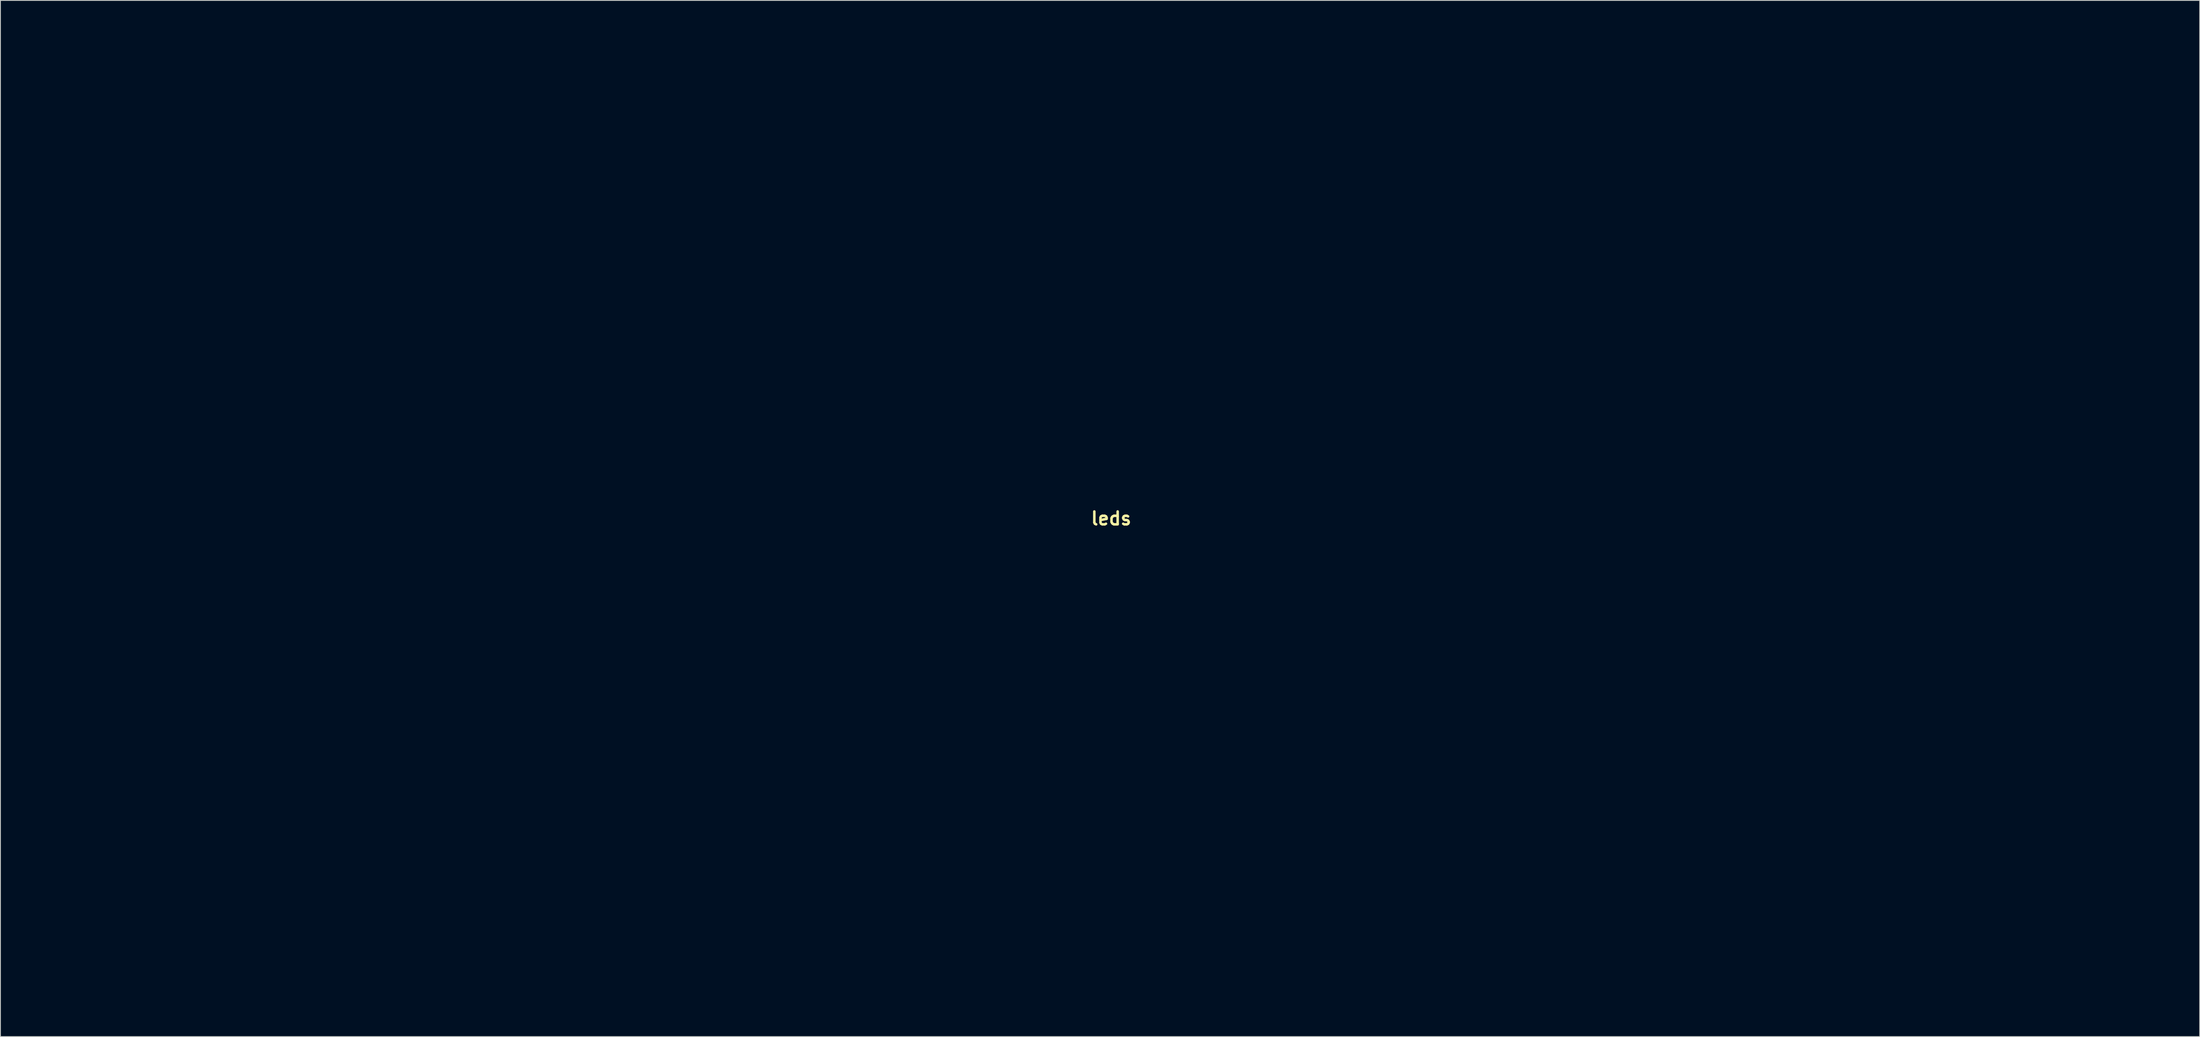
<source format=kicad_pcb>
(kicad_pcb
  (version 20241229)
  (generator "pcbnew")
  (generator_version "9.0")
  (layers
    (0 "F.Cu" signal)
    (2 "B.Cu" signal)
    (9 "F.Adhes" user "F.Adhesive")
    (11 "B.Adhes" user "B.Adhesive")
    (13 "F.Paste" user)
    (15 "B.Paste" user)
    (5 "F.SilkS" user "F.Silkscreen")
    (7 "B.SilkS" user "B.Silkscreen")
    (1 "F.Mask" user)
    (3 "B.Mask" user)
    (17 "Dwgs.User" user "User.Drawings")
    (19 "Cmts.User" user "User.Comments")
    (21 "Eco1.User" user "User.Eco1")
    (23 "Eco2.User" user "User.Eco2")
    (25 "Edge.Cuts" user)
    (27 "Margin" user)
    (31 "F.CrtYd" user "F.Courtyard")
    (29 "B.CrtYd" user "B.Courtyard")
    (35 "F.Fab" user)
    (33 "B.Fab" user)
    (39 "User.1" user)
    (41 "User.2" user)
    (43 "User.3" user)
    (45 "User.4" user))
  (footprint "leds"
    (layer "F.Cu")
    (at 128.285 58.291)
    (property "Reference" "leds" (at 0 0 0) (layer "F.SilkS") (effects (font (size 1.524 1.524) (thickness 0.3))))
    (attr through_hole)
    (fp_poly (pts (xy 70.452 -19.441) (xy 70.384 -19.484) (xy 70.396 -19.501) (xy 70.452 -19.441)) (stroke (width 0.01) (type solid)) (fill no) (layer "Eco1.User"))
    (fp_poly (pts (xy -10.16 29.544) (xy -10.294 29.678) (xy -10.427 29.544) (xy -10.294 29.411) (xy -10.16 29.544)) (stroke (width 0.01) (type solid)) (fill no) (layer "Eco1.User"))
    (fp_poly (pts (xy 29.678 -46.656) (xy 29.544 -46.522) (xy 29.411 -46.656) (xy 29.544 -46.789) (xy 29.678 -46.656)) (stroke (width 0.01) (type solid)) (fill no) (layer "Eco1.User"))
    (fp_poly (pts (xy 30.213 -46.923) (xy 30.079 -46.789) (xy 29.945 -46.923) (xy 30.079 -47.057) (xy 30.213 -46.923)) (stroke (width 0.01) (type solid)) (fill no) (layer "Eco1.User"))
    (fp_poly (pts (xy 34.491 -22.593) (xy 34.357 -22.459) (xy 34.223 -22.593) (xy 34.357 -22.726) (xy 34.491 -22.593)) (stroke (width 0.01) (type solid)) (fill no) (layer "Eco1.User"))
    (fp_poly (pts (xy 19.51 -9.701) (xy 19.518 -9.641) (xy 19.324 -9.279) (xy 19.251 -9.224) (xy 19.022 -9.285) (xy 18.983 -9.476) (xy 19.123 -9.842) (xy 19.251 -9.893) (xy 19.51 -9.701)) (stroke (width 0.01) (type solid)) (fill no) (layer "Eco1.User"))
    (fp_poly (pts (xy 20.759 11.255) (xy 20.773 11.301) (xy 20.812 11.884) (xy 20.763 12.104) (xy 20.675 12.112) (xy 20.639 11.694) (xy 20.639 11.631) (xy 20.678 11.216) (xy 20.759 11.255)) (stroke (width 0.01) (type solid)) (fill no) (layer "Eco1.User"))
    (fp_poly (pts (xy 34.863 -23.683) (xy 34.501 -23.257) (xy 34.284 -23.137) (xy 34.035 -23.083) (xy 34.154 -23.297) (xy 34.346 -23.517) (xy 34.793 -23.97) (xy 34.949 -24.004) (xy 34.863 -23.683)) (stroke (width 0.01) (type solid)) (fill no) (layer "Eco1.User"))
    (fp_poly (pts (xy 118.166 22.838) (xy 118.134 23.12) (xy 118.014 23.404) (xy 117.739 23.322) (xy 117.508 23.16) (xy 117.147 22.853) (xy 117.214 22.683) (xy 117.453 22.579) (xy 117.984 22.506) (xy 118.166 22.838)) (stroke (width 0.01) (type solid)) (fill no) (layer "Eco1.User"))
    (fp_poly (pts (xy 21.625 20.045) (xy 21.657 20.454) (xy 21.609 21.129) (xy 21.389 21.341) (xy 20.881 21.159) (xy 20.655 21.037) (xy 20.248 20.753) (xy 20.257 20.444) (xy 20.47 20.111) (xy 20.986 19.587) (xy 21.392 19.571) (xy 21.625 20.045)) (stroke (width 0.01) (type solid)) (fill no) (layer "Eco1.User"))
    (fp_poly (pts (xy 23.277 33.718) (xy 23.64 33.776) (xy 23.628 33.914) (xy 23.41 34.098) (xy 22.829 34.409) (xy 22.459 34.491) (xy 21.912 34.336) (xy 21.507 34.098) (xy 21.259 33.875) (xy 21.323 33.758) (xy 21.78 33.712) (xy 22.459 33.705) (xy 23.277 33.718)) (stroke (width 0.01) (type solid)) (fill no) (layer "Eco1.User"))
    (fp_poly (pts (xy 69.679 -19.935) (xy 69.741 -19.895) (xy 70.384 -19.484) (xy 70.083 -19.047) (xy 69.537 -18.603) (xy 69.031 -18.445) (xy 68.802 -18.539) (xy 68.757 -18.869) (xy 68.839 -19.479) (xy 68.846 -19.513) (xy 68.997 -20.074) (xy 69.215 -20.189) (xy 69.679 -19.935)) (stroke (width 0.01) (type solid)) (fill no) (layer "Eco1.User"))
    (fp_poly (pts (xy 20.228 -9.213) (xy 20.336 -9.073) (xy 20.565 -8.332) (xy 20.522 -7.467) (xy 20.232 -6.744) (xy 20.098 -6.592) (xy 19.64 -6.237) (xy 19.383 -6.257) (xy 19.272 -6.705) (xy 19.251 -7.454) (xy 19.34 -8.354) (xy 19.571 -9.003) (xy 19.886 -9.318) (xy 20.228 -9.213)) (stroke (width 0.01) (type solid)) (fill no) (layer "Eco1.User"))
    (fp_poly (pts (xy -67.807 -19.113) (xy -67.145 -18.526) (xy -66.791 -17.722) (xy -66.81 -16.84) (xy -67.24 -16.046) (xy -67.935 -15.623) (xy -68.829 -15.503) (xy -69.688 -15.688) (xy -70.16 -16.015) (xy -70.603 -16.842) (xy -70.617 -17.728) (xy -70.263 -18.534) (xy -69.604 -19.118) (xy -68.714 -19.34) (xy -67.807 -19.113)) (stroke (width 0.01) (type solid)) (fill no) (layer "Eco1.User"))
    (fp_poly (pts (xy -41.542 -58.118) (xy -40.927 -57.582) (xy -40.454 -56.748) (xy -40.477 -56.001) (xy -40.974 -55.248) (xy -41.826 -54.573) (xy -42.67 -54.418) (xy -43.18 -54.587) (xy -43.967 -55.244) (xy -44.345 -56.049) (xy -44.339 -56.878) (xy -43.975 -57.609) (xy -43.281 -58.119) (xy -42.397 -58.286) (xy -41.542 -58.118)) (stroke (width 0.01) (type solid)) (fill no) (layer "Eco1.User"))
    (fp_poly (pts (xy -33.253 53.91) (xy -32.638 54.446) (xy -32.165 55.279) (xy -32.189 56.027) (xy -32.686 56.779) (xy -33.538 57.454) (xy -34.382 57.61) (xy -34.892 57.441) (xy -35.679 56.783) (xy -36.056 55.978) (xy -36.05 55.149) (xy -35.687 54.418) (xy -34.992 53.909) (xy -34.109 53.741) (xy -33.253 53.91)) (stroke (width 0.01) (type solid)) (fill no) (layer "Eco1.User"))
    (fp_poly (pts (xy -15.668 38.325) (xy -14.908 38.703) (xy -14.365 39.392) (xy -14.171 40.276) (xy -14.392 41.142) (xy -14.96 41.799) (xy -15.732 42.17) (xy -16.565 42.176) (xy -17.135 41.901) (xy -17.848 41.089) (xy -18.053 40.187) (xy -17.748 39.28) (xy -17.308 38.759) (xy -16.512 38.323) (xy -15.668 38.325)) (stroke (width 0.01) (type solid)) (fill no) (layer "Eco1.User"))
    (fp_poly (pts (xy -6.579 21.795) (xy -5.917 22.381) (xy -5.564 23.186) (xy -5.582 24.068) (xy -6.013 24.862) (xy -6.708 25.284) (xy -7.601 25.404) (xy -8.461 25.22) (xy -8.933 24.892) (xy -9.376 24.066) (xy -9.39 23.179) (xy -9.036 22.373) (xy -8.376 21.789) (xy -7.486 21.568) (xy -6.579 21.795)) (stroke (width 0.01) (type solid)) (fill no) (layer "Eco1.User"))
    (fp_poly (pts (xy 18.712 -9.697) (xy 18.695 -9.215) (xy 18.459 -8.603) (xy 18.045 -8.017) (xy 17.966 -7.937) (xy 17.35 -7.401) (xy 16.975 -7.25) (xy 16.743 -7.459) (xy 16.683 -7.596) (xy 16.688 -8.24) (xy 17.045 -8.947) (xy 17.621 -9.548) (xy 18.285 -9.874) (xy 18.47 -9.893) (xy 18.712 -9.697)) (stroke (width 0.01) (type solid)) (fill no) (layer "Eco1.User"))
    (fp_poly (pts (xy 18.895 -8.049) (xy 18.973 -7.445) (xy 18.983 -7.085) (xy 18.918 -6.267) (xy 18.676 -5.921) (xy 18.185 -5.995) (xy 17.78 -6.197) (xy 17.312 -6.472) (xy 17.131 -6.593) (xy 17.218 -6.821) (xy 17.567 -7.252) (xy 18.037 -7.739) (xy 18.486 -8.133) (xy 18.766 -8.288) (xy 18.895 -8.049)) (stroke (width 0.01) (type solid)) (fill no) (layer "Eco1.User"))
    (fp_poly (pts (xy 30.15 24.147) (xy 30.834 24.558) (xy 31.336 25.205) (xy 31.577 25.991) (xy 31.481 26.817) (xy 31.015 27.539) (xy 30.244 27.971) (xy 29.33 28.025) (xy 28.552 27.709) (xy 27.952 26.956) (xy 27.762 26.034) (xy 27.981 25.119) (xy 28.549 24.43) (xy 29.362 24.072) (xy 30.15 24.147)) (stroke (width 0.01) (type solid)) (fill no) (layer "Eco1.User"))
    (fp_poly (pts (xy 33.922 -57.038) (xy 34.597 -56.372) (xy 34.978 -55.571) (xy 34.884 -54.826) (xy 34.497 -54.211) (xy 33.77 -53.556) (xy 32.953 -53.399) (xy 32.131 -53.625) (xy 31.408 -54.175) (xy 31.056 -54.958) (xy 31.079 -55.819) (xy 31.478 -56.605) (xy 32.073 -57.077) (xy 33.032 -57.314) (xy 33.922 -57.038)) (stroke (width 0.01) (type solid)) (fill no) (layer "Eco1.User"))
    (fp_poly (pts (xy 38.341 -3.124) (xy 38.993 -2.78) (xy 39.708 -2.019) (xy 39.938 -1.123) (xy 39.713 -0.285) (xy 39.075 0.463) (xy 38.233 0.807) (xy 37.339 0.721) (xy 36.629 0.267) (xy 36.16 -0.54) (xy 36.112 -1.467) (xy 36.474 -2.32) (xy 36.799 -2.654) (xy 37.609 -3.125) (xy 38.341 -3.124)) (stroke (width 0.01) (type solid)) (fill no) (layer "Eco1.User"))
    (fp_poly (pts (xy 38.341 36.446) (xy 38.993 36.79) (xy 39.708 37.552) (xy 39.938 38.448) (xy 39.713 39.286) (xy 39.075 40.033) (xy 38.233 40.378) (xy 37.339 40.291) (xy 36.629 39.838) (xy 36.16 39.03) (xy 36.112 38.103) (xy 36.474 37.25) (xy 36.799 36.916) (xy 37.609 36.446) (xy 38.341 36.446)) (stroke (width 0.01) (type solid)) (fill no) (layer "Eco1.User"))
    (fp_poly (pts (xy 46.155 31.451) (xy 46.77 31.987) (xy 47.243 32.82) (xy 47.22 33.568) (xy 46.723 34.32) (xy 45.871 34.995) (xy 45.027 35.151) (xy 44.517 34.982) (xy 43.73 34.324) (xy 43.352 33.519) (xy 43.358 32.69) (xy 43.721 31.959) (xy 44.416 31.45) (xy 45.3 31.282) (xy 46.155 31.451)) (stroke (width 0.01) (type solid)) (fill no) (layer "Eco1.User"))
    (fp_poly (pts (xy 98.491 2.01) (xy 99.147 2.598) (xy 99.495 3.406) (xy 99.476 4.293) (xy 99.036 5.107) (xy 98.348 5.515) (xy 97.456 5.616) (xy 96.593 5.414) (xy 96.116 5.077) (xy 95.678 4.254) (xy 95.673 3.372) (xy 96.038 2.572) (xy 96.708 1.995) (xy 97.589 1.782) (xy 98.491 2.01)) (stroke (width 0.01) (type solid)) (fill no) (layer "Eco1.User"))
    (fp_poly (pts (xy -125.606 -6.88) (xy -125.199 -6.676) (xy -124.363 -5.973) (xy -124.007 -5.101) (xy -124.113 -4.239) (xy -124.628 -3.453) (xy -125.413 -3.003) (xy -126.303 -2.943) (xy -127.071 -3.275) (xy -127.691 -4.029) (xy -127.858 -4.91) (xy -127.589 -5.786) (xy -126.9 -6.527) (xy -126.662 -6.676) (xy -126.081 -6.935) (xy -125.606 -6.88)) (stroke (width 0.01) (type solid)) (fill no) (layer "Eco1.User"))
    (fp_poly (pts (xy -125.05 40.11) (xy -125.031 40.125) (xy -124.475 40.781) (xy -124.326 41.595) (xy -124.547 42.558) (xy -125.123 43.233) (xy -125.928 43.561) (xy -126.835 43.483) (xy -127.55 43.088) (xy -128.07 42.364) (xy -128.158 41.491) (xy -127.819 40.629) (xy -127.431 40.197) (xy -126.618 39.678) (xy -125.87 39.65) (xy -125.05 40.11)) (stroke (width 0.01) (type solid)) (fill no) (layer "Eco1.User"))
    (fp_poly (pts (xy -115.135 -30.696) (xy -114.557 -30.031) (xy -114.345 -29.161) (xy -114.569 -28.255) (xy -115.149 -27.606) (xy -115.944 -27.273) (xy -116.815 -27.314) (xy -117.621 -27.785) (xy -117.642 -27.806) (xy -118.077 -28.565) (xy -118.16 -29.473) (xy -117.893 -30.307) (xy -117.639 -30.617) (xy -116.819 -31.052) (xy -115.936 -31.057) (xy -115.135 -30.696)) (stroke (width 0.01) (type solid)) (fill no) (layer "Eco1.User"))
    (fp_poly (pts (xy -115.019 40.855) (xy -114.536 41.502) (xy -114.309 42.446) (xy -114.551 43.323) (xy -115.213 43.984) (xy -115.4 44.081) (xy -116.191 44.347) (xy -116.821 44.254) (xy -117.472 43.829) (xy -118.042 43.079) (xy -118.188 42.174) (xy -117.903 41.295) (xy -117.592 40.918) (xy -116.726 40.417) (xy -115.828 40.404) (xy -115.019 40.855)) (stroke (width 0.01) (type solid)) (fill no) (layer "Eco1.User"))
    (fp_poly (pts (xy -109.186 -40.148) (xy -108.611 -39.57) (xy -108.315 -38.783) (xy -108.342 -37.932) (xy -108.734 -37.16) (xy -108.989 -36.916) (xy -109.798 -36.446) (xy -110.53 -36.446) (xy -111.183 -36.79) (xy -111.898 -37.552) (xy -112.127 -38.448) (xy -111.903 -39.286) (xy -111.364 -40.003) (xy -110.614 -40.327) (xy -110 -40.373) (xy -109.186 -40.148)) (stroke (width 0.01) (type solid)) (fill no) (layer "Eco1.User"))
    (fp_poly (pts (xy -106.89 40.177) (xy -106.483 40.381) (xy -105.647 41.083) (xy -105.291 41.956) (xy -105.397 42.818) (xy -105.912 43.604) (xy -106.697 44.053) (xy -107.587 44.114) (xy -108.355 43.782) (xy -108.975 43.028) (xy -109.143 42.147) (xy -108.874 41.27) (xy -108.184 40.53) (xy -107.946 40.381) (xy -107.365 40.122) (xy -106.89 40.177)) (stroke (width 0.01) (type solid)) (fill no) (layer "Eco1.User"))
    (fp_poly (pts (xy -106.833 -2.743) (xy -106.267 -2.285) (xy -105.721 -1.429) (xy -105.657 -0.515) (xy -106.075 0.327) (xy -106.229 0.488) (xy -107.088 0.99) (xy -108.003 1.033) (xy -108.823 0.623) (xy -109.067 0.365) (xy -109.548 -0.574) (xy -109.507 -1.458) (xy -108.957 -2.231) (xy -108.369 -2.63) (xy -107.54 -2.915) (xy -106.833 -2.743)) (stroke (width 0.01) (type solid)) (fill no) (layer "Eco1.User"))
    (fp_poly (pts (xy -96.703 2.586) (xy -95.963 3.008) (xy -95.416 3.786) (xy -95.282 4.186) (xy -95.307 5.009) (xy -95.731 5.693) (xy -96.422 6.174) (xy -97.25 6.385) (xy -98.083 6.261) (xy -98.659 5.882) (xy -99.083 5.208) (xy -99.142 4.356) (xy -98.857 3.406) (xy -98.273 2.791) (xy -97.514 2.515) (xy -96.703 2.586)) (stroke (width 0.01) (type solid)) (fill no) (layer "Eco1.User"))
    (fp_poly (pts (xy -88.578 -26.157) (xy -87.928 -25.663) (xy -87.525 -24.961) (xy -87.448 -24.155) (xy -87.774 -23.351) (xy -88.048 -23.04) (xy -88.909 -22.548) (xy -89.849 -22.512) (xy -90.701 -22.928) (xy -90.859 -23.078) (xy -91.383 -23.952) (xy -91.406 -24.841) (xy -90.948 -25.636) (xy -90.311 -26.099) (xy -89.398 -26.338) (xy -88.578 -26.157)) (stroke (width 0.01) (type solid)) (fill no) (layer "Eco1.User"))
    (fp_poly (pts (xy -83.954 54.524) (xy -83.284 55.06) (xy -82.916 55.857) (xy -82.884 56.202) (xy -83.108 57.065) (xy -83.682 57.735) (xy -84.463 58.12) (xy -85.304 58.129) (xy -85.692 57.97) (xy -86.532 57.255) (xy -86.862 56.418) (xy -86.673 55.503) (xy -86.341 54.98) (xy -85.624 54.433) (xy -84.781 54.298) (xy -83.954 54.524)) (stroke (width 0.01) (type solid)) (fill no) (layer "Eco1.User"))
    (fp_poly (pts (xy -73.516 -7.83) (xy -72.992 -7.486) (xy -72.494 -6.701) (xy -72.422 -5.886) (xy -72.693 -5.133) (xy -73.224 -4.537) (xy -73.932 -4.191) (xy -74.733 -4.188) (xy -75.539 -4.617) (xy -76.133 -5.405) (xy -76.3 -6.267) (xy -76.082 -7.075) (xy -75.523 -7.698) (xy -74.664 -8.008) (xy -74.421 -8.021) (xy -73.516 -7.83)) (stroke (width 0.01) (type solid)) (fill no) (layer "Eco1.User"))
    (fp_poly (pts (xy -66.452 18.962) (xy -65.792 19.567) (xy -65.474 20.421) (xy -65.575 21.399) (xy -65.637 21.562) (xy -66.21 22.335) (xy -67.023 22.717) (xy -67.923 22.665) (xy -68.503 22.362) (xy -69.105 21.63) (xy -69.301 20.771) (xy -69.132 19.921) (xy -68.641 19.217) (xy -67.871 18.795) (xy -67.377 18.733) (xy -66.452 18.962)) (stroke (width 0.01) (type solid)) (fill no) (layer "Eco1.User"))
    (fp_poly (pts (xy -53.947 4.414) (xy -53.346 4.98) (xy -53.013 5.73) (xy -53.022 6.552) (xy -53.45 7.331) (xy -53.558 7.44) (xy -54.419 7.932) (xy -55.358 7.968) (xy -56.211 7.552) (xy -56.368 7.402) (xy -56.878 6.537) (xy -56.903 5.646) (xy -56.471 4.852) (xy -55.647 4.292) (xy -54.739 4.147) (xy -53.947 4.414)) (stroke (width 0.01) (type solid)) (fill no) (layer "Eco1.User"))
    (fp_poly (pts (xy -40.381 28.948) (xy -39.617 29.394) (xy -39.08 30.234) (xy -38.976 31.135) (xy -39.28 31.931) (xy -39.879 32.533) (xy -40.656 32.854) (xy -41.498 32.803) (xy -42.033 32.522) (xy -42.607 31.831) (xy -42.872 30.979) (xy -42.764 30.186) (xy -42.735 30.128) (xy -42.066 29.312) (xy -41.239 28.919) (xy -40.381 28.948)) (stroke (width 0.01) (type solid)) (fill no) (layer "Eco1.User"))
    (fp_poly (pts (xy -33.625 21.591) (xy -33.468 21.741) (xy -32.964 22.597) (xy -32.958 23.48) (xy -33.426 24.289) (xy -34.139 24.822) (xy -34.75 25.084) (xy -35.236 25.044) (xy -35.694 24.824) (xy -36.502 24.149) (xy -36.873 23.316) (xy -36.786 22.443) (xy -36.278 21.703) (xy -35.417 21.212) (xy -34.478 21.175) (xy -33.625 21.591)) (stroke (width 0.01) (type solid)) (fill no) (layer "Eco1.User"))
    (fp_poly (pts (xy -26.42 6.077) (xy -25.837 6.436) (xy -25.261 7.188) (xy -25.13 8.082) (xy -25.45 8.957) (xy -25.751 9.311) (xy -26.618 9.809) (xy -27.546 9.805) (xy -28.419 9.302) (xy -28.487 9.236) (xy -29.027 8.508) (xy -29.09 7.788) (xy -28.832 7.135) (xy -28.154 6.276) (xy -27.332 5.92) (xy -26.42 6.077)) (stroke (width 0.01) (type solid)) (fill no) (layer "Eco1.User"))
    (fp_poly (pts (xy -23.199 46.658) (xy -22.599 47.224) (xy -22.266 47.975) (xy -22.275 48.796) (xy -22.703 49.575) (xy -22.81 49.684) (xy -23.671 50.176) (xy -24.611 50.213) (xy -25.463 49.797) (xy -25.621 49.646) (xy -26.131 48.781) (xy -26.156 47.89) (xy -25.724 47.096) (xy -24.9 46.536) (xy -23.992 46.391) (xy -23.199 46.658)) (stroke (width 0.01) (type solid)) (fill no) (layer "Eco1.User"))
    (fp_poly (pts (xy -18.517 -57.786) (xy -18.406 -57.73) (xy -17.525 -57.047) (xy -17.15 -56.231) (xy -17.291 -55.327) (xy -17.666 -54.713) (xy -18.418 -54.136) (xy -19.312 -54.006) (xy -20.187 -54.325) (xy -20.541 -54.627) (xy -21.051 -55.492) (xy -21.076 -56.383) (xy -20.644 -57.177) (xy -19.82 -57.737) (xy -19.114 -57.929) (xy -18.517 -57.786)) (stroke (width 0.01) (type solid)) (fill no) (layer "Eco1.User"))
    (fp_poly (pts (xy -7.365 -15.126) (xy -6.592 -14.576) (xy -6.193 -13.988) (xy -5.908 -13.159) (xy -6.08 -12.452) (xy -6.538 -11.886) (xy -7.395 -11.34) (xy -8.308 -11.276) (xy -9.15 -11.694) (xy -9.311 -11.848) (xy -9.814 -12.707) (xy -9.856 -13.622) (xy -9.446 -14.442) (xy -9.188 -14.686) (xy -8.249 -15.167) (xy -7.365 -15.126)) (stroke (width 0.01) (type solid)) (fill no) (layer "Eco1.User"))
    (fp_poly (pts (xy -3.151 -22.655) (xy -2.744 -22.451) (xy -1.908 -21.748) (xy -1.552 -20.875) (xy -1.658 -20.014) (xy -2.173 -19.228) (xy -2.958 -18.778) (xy -3.848 -18.718) (xy -4.616 -19.05) (xy -5.236 -19.804) (xy -5.404 -20.685) (xy -5.135 -21.561) (xy -4.445 -22.302) (xy -4.207 -22.451) (xy -3.626 -22.71) (xy -3.151 -22.655)) (stroke (width 0.01) (type solid)) (fill no) (layer "Eco1.User"))
    (fp_poly (pts (xy 23.22 30.633) (xy 23.796 31.015) (xy 24.243 31.775) (xy 24.279 32.434) (xy 24.197 33.287) (xy 22.4 33.366) (xy 21.443 33.397) (xy 20.89 33.357) (xy 20.608 33.203) (xy 20.468 32.895) (xy 20.427 32.741) (xy 20.448 31.904) (xy 20.868 31.208) (xy 21.557 30.719) (xy 22.384 30.506) (xy 23.22 30.633)) (stroke (width 0.01) (type solid)) (fill no) (layer "Eco1.User"))
    (fp_poly (pts (xy 32.698 -18.26) (xy 32.959 -18.144) (xy 33.823 -17.464) (xy 34.185 -16.644) (xy 34.033 -15.734) (xy 33.669 -15.142) (xy 32.919 -14.573) (xy 32.014 -14.427) (xy 31.135 -14.712) (xy 30.758 -15.023) (xy 30.303 -15.818) (xy 30.262 -16.657) (xy 30.558 -17.429) (xy 31.114 -18.027) (xy 31.853 -18.34) (xy 32.698 -18.26)) (stroke (width 0.01) (type solid)) (fill no) (layer "Eco1.User"))
    (fp_poly (pts (xy 39.224 -52.359) (xy 39.874 -51.865) (xy 40.277 -51.163) (xy 40.354 -50.357) (xy 40.028 -49.553) (xy 39.754 -49.242) (xy 38.893 -48.751) (xy 37.953 -48.714) (xy 37.101 -49.13) (xy 36.943 -49.28) (xy 36.42 -50.154) (xy 36.396 -51.043) (xy 36.854 -51.838) (xy 37.491 -52.301) (xy 38.404 -52.54) (xy 39.224 -52.359)) (stroke (width 0.01) (type solid)) (fill no) (layer "Eco1.User"))
    (fp_poly (pts (xy 39.999 20.958) (xy 40.354 21.112) (xy 40.946 21.687) (xy 41.269 22.507) (xy 41.247 23.338) (xy 41.153 23.571) (xy 40.48 24.417) (xy 39.659 24.824) (xy 38.797 24.771) (xy 38.013 24.246) (xy 37.515 23.411) (xy 37.452 22.552) (xy 37.747 21.774) (xy 38.321 21.179) (xy 39.098 20.873) (xy 39.999 20.958)) (stroke (width 0.01) (type solid)) (fill no) (layer "Eco1.User"))
    (fp_poly (pts (xy 47.185 54.344) (xy 47.931 54.858) (xy 48.276 55.375) (xy 48.523 56.301) (xy 48.354 57.132) (xy 47.872 57.791) (xy 47.178 58.2) (xy 46.376 58.282) (xy 45.567 57.961) (xy 45.232 57.668) (xy 44.73 56.808) (xy 44.687 55.894) (xy 45.097 55.074) (xy 45.355 54.83) (xy 46.305 54.331) (xy 47.185 54.344)) (stroke (width 0.01) (type solid)) (fill no) (layer "Eco1.User"))
    (fp_poly (pts (xy 49.727 43.521) (xy 50.39 44.06) (xy 50.72 44.808) (xy 50.692 45.64) (xy 50.278 46.432) (xy 49.548 47.013) (xy 48.937 47.276) (xy 48.45 47.235) (xy 47.993 47.015) (xy 47.22 46.361) (xy 46.85 45.556) (xy 46.857 44.725) (xy 47.215 43.992) (xy 47.898 43.481) (xy 48.759 43.314) (xy 49.727 43.521)) (stroke (width 0.01) (type solid)) (fill no) (layer "Eco1.User"))
    (fp_poly (pts (xy 50.611 -54.806) (xy 50.63 -54.791) (xy 51.186 -54.135) (xy 51.335 -53.321) (xy 51.114 -52.357) (xy 50.538 -51.683) (xy 49.733 -51.355) (xy 48.826 -51.433) (xy 48.111 -51.828) (xy 47.591 -52.552) (xy 47.504 -53.424) (xy 47.842 -54.286) (xy 48.23 -54.719) (xy 49.043 -55.238) (xy 49.791 -55.266) (xy 50.611 -54.806)) (stroke (width 0.01) (type solid)) (fill no) (layer "Eco1.User"))
    (fp_poly (pts (xy 52.13 24.466) (xy 52.774 24.938) (xy 53.096 25.446) (xy 53.361 26.345) (xy 53.127 27.133) (xy 52.486 27.799) (xy 51.676 28.261) (xy 50.933 28.24) (xy 50.168 27.787) (xy 49.625 27.084) (xy 49.464 26.246) (xy 49.641 25.417) (xy 50.115 24.742) (xy 50.843 24.366) (xy 51.179 24.331) (xy 52.13 24.466)) (stroke (width 0.01) (type solid)) (fill no) (layer "Eco1.User"))
    (fp_poly (pts (xy 53.405 -46.022) (xy 53.516 -45.966) (xy 54.397 -45.283) (xy 54.772 -44.467) (xy 54.631 -43.563) (xy 54.256 -42.949) (xy 53.504 -42.372) (xy 52.61 -42.241) (xy 51.735 -42.561) (xy 51.381 -42.863) (xy 50.871 -43.728) (xy 50.846 -44.619) (xy 51.278 -45.413) (xy 52.102 -45.973) (xy 52.808 -46.164) (xy 53.405 -46.022)) (stroke (width 0.01) (type solid)) (fill no) (layer "Eco1.User"))
    (fp_poly (pts (xy 64.111 10.018) (xy 64.792 10.604) (xy 64.934 10.854) (xy 65.202 11.647) (xy 65.11 12.278) (xy 64.684 12.931) (xy 63.938 13.491) (xy 63.024 13.646) (xy 62.133 13.386) (xy 61.762 13.101) (xy 61.275 12.287) (xy 61.242 11.39) (xy 61.634 10.565) (xy 62.305 10.022) (xy 63.222 9.805) (xy 64.111 10.018)) (stroke (width 0.01) (type solid)) (fill no) (layer "Eco1.User"))
    (fp_poly (pts (xy 75.512 -35.63) (xy 76.078 -35.171) (xy 76.624 -34.315) (xy 76.688 -33.402) (xy 76.27 -32.559) (xy 76.116 -32.398) (xy 75.257 -31.896) (xy 74.342 -31.853) (xy 73.522 -32.263) (xy 73.278 -32.521) (xy 72.797 -33.46) (xy 72.838 -34.344) (xy 73.389 -35.118) (xy 73.977 -35.516) (xy 74.805 -35.801) (xy 75.512 -35.63)) (stroke (width 0.01) (type solid)) (fill no) (layer "Eco1.User"))
    (fp_poly (pts (xy 79.875 7.986) (xy 79.986 8.042) (xy 80.866 8.726) (xy 81.241 9.542) (xy 81.1 10.446) (xy 80.726 11.06) (xy 79.974 11.636) (xy 79.08 11.767) (xy 78.205 11.447) (xy 77.851 11.145) (xy 77.341 10.28) (xy 77.316 9.389) (xy 77.748 8.595) (xy 78.572 8.035) (xy 79.277 7.844) (xy 79.875 7.986)) (stroke (width 0.01) (type solid)) (fill no) (layer "Eco1.User"))
    (fp_poly (pts (xy 84.743 41.266) (xy 85.423 41.779) (xy 85.568 41.996) (xy 85.814 42.902) (xy 85.634 43.724) (xy 85.134 44.385) (xy 84.422 44.807) (xy 83.603 44.913) (xy 82.783 44.625) (xy 82.396 44.299) (xy 81.89 43.443) (xy 81.884 42.564) (xy 82.358 41.754) (xy 83.109 41.196) (xy 83.894 41.046) (xy 84.743 41.266)) (stroke (width 0.01) (type solid)) (fill no) (layer "Eco1.User"))
    (fp_poly (pts (xy 86.965 23.255) (xy 87.78 23.642) (xy 88.134 24.007) (xy 88.479 24.827) (xy 88.393 25.66) (xy 87.967 26.39) (xy 87.288 26.903) (xy 86.446 27.082) (xy 85.85 26.963) (xy 84.993 26.401) (xy 84.551 25.555) (xy 84.505 25.133) (xy 84.727 24.234) (xy 85.302 23.594) (xy 86.094 23.253) (xy 86.965 23.255)) (stroke (width 0.01) (type solid)) (fill no) (layer "Eco1.User"))
    (fp_poly (pts (xy 92.49 -39.581) (xy 93.083 -39.005) (xy 93.406 -38.186) (xy 93.384 -37.354) (xy 93.29 -37.122) (xy 92.607 -36.241) (xy 91.791 -35.866) (xy 90.887 -36.007) (xy 90.273 -36.382) (xy 89.689 -37.103) (xy 89.535 -37.904) (xy 89.74 -38.679) (xy 90.231 -39.326) (xy 90.937 -39.74) (xy 91.785 -39.817) (xy 92.49 -39.581)) (stroke (width 0.01) (type solid)) (fill no) (layer "Eco1.User"))
    (fp_poly (pts (xy 101.037 -27.769) (xy 101.608 -27.147) (xy 101.864 -26.222) (xy 101.867 -26.088) (xy 101.65 -25.209) (xy 101.09 -24.537) (xy 100.327 -24.15) (xy 99.499 -24.126) (xy 98.903 -24.406) (xy 98.198 -25.212) (xy 97.99 -26.131) (xy 98.138 -26.771) (xy 98.701 -27.59) (xy 99.457 -28.014) (xy 100.278 -28.066) (xy 101.037 -27.769)) (stroke (width 0.01) (type solid)) (fill no) (layer "Eco1.User"))
    (fp_poly (pts (xy 102.269 -42.729) (xy 102.623 -42.428) (xy 103.121 -41.561) (xy 103.117 -40.633) (xy 102.613 -39.76) (xy 102.548 -39.692) (xy 101.77 -39.146) (xy 100.971 -39.109) (xy 100.397 -39.345) (xy 99.555 -40.031) (xy 99.218 -40.861) (xy 99.397 -41.781) (xy 99.748 -42.342) (xy 100.5 -42.918) (xy 101.394 -43.049) (xy 102.269 -42.729)) (stroke (width 0.01) (type solid)) (fill no) (layer "Eco1.User"))
    (fp_poly (pts (xy 108.609 -9.286) (xy 109.016 -9.082) (xy 109.852 -8.38) (xy 110.208 -7.507) (xy 110.102 -6.645) (xy 109.587 -5.86) (xy 108.802 -5.41) (xy 107.912 -5.349) (xy 107.144 -5.682) (xy 106.524 -6.435) (xy 106.356 -7.316) (xy 106.625 -8.193) (xy 107.315 -8.933) (xy 107.553 -9.082) (xy 108.134 -9.341) (xy 108.609 -9.286)) (stroke (width 0.01) (type solid)) (fill no) (layer "Eco1.User"))
    (fp_poly (pts (xy 118.746 -1.552) (xy 119.521 -1.153) (xy 119.762 -0.9) (xy 120.235 -0.066) (xy 120.211 0.681) (xy 119.714 1.434) (xy 118.842 2.112) (xy 117.933 2.26) (xy 117.459 2.135) (xy 116.747 1.581) (xy 116.356 0.682) (xy 116.305 0.151) (xy 116.53 -0.682) (xy 117.107 -1.273) (xy 117.893 -1.577) (xy 118.746 -1.552)) (stroke (width 0.01) (type solid)) (fill no) (layer "Eco1.User"))
    (fp_poly (pts (xy 124.515 -40.595) (xy 125.165 -40.101) (xy 125.567 -39.399) (xy 125.644 -38.593) (xy 125.318 -37.789) (xy 125.044 -37.478) (xy 124.183 -36.986) (xy 123.244 -36.95) (xy 122.392 -37.365) (xy 122.234 -37.516) (xy 121.71 -38.39) (xy 121.687 -39.279) (xy 122.145 -40.074) (xy 122.782 -40.537) (xy 123.695 -40.775) (xy 124.515 -40.595)) (stroke (width 0.01) (type solid)) (fill no) (layer "Eco1.User"))
    (fp_poly (pts (xy -125.321 17.692) (xy -125.108 17.893) (xy -124.493 18.696) (xy -124.378 19.442) (xy -124.75 20.244) (xy -124.88 20.418) (xy -125.626 20.977) (xy -126.54 21.133) (xy -127.431 20.872) (xy -127.802 20.587) (xy -128.261 19.787) (xy -128.28 18.862) (xy -127.867 17.978) (xy -127.681 17.768) (xy -126.903 17.225) (xy -126.135 17.199) (xy -125.321 17.692)) (stroke (width 0.01) (type solid)) (fill no) (layer "Eco1.User"))
    (fp_poly (pts (xy -125.245 -44.002) (xy -124.637 -43.61) (xy -124.169 -42.9) (xy -123.957 -42.087) (xy -123.993 -41.665) (xy -124.345 -41.077) (xy -124.971 -40.514) (xy -125.651 -40.154) (xy -125.931 -40.105) (xy -126.461 -40.263) (xy -127.065 -40.634) (xy -127.72 -41.361) (xy -127.877 -42.178) (xy -127.65 -42.999) (xy -127.079 -43.747) (xy -126.21 -44.08) (xy -125.245 -44.002)) (stroke (width 0.01) (type solid)) (fill no) (layer "Eco1.User"))
    (fp_poly (pts (xy -115.192 -47.922) (xy -114.493 -47.391) (xy -114.092 -46.658) (xy -114.023 -45.845) (xy -114.319 -45.076) (xy -115.015 -44.475) (xy -115.133 -44.418) (xy -115.924 -44.151) (xy -116.554 -44.245) (xy -117.205 -44.67) (xy -117.754 -45.38) (xy -117.914 -46.221) (xy -117.727 -47.049) (xy -117.238 -47.721) (xy -116.49 -48.093) (xy -116.154 -48.126) (xy -115.192 -47.922)) (stroke (width 0.01) (type solid)) (fill no) (layer "Eco1.User"))
    (fp_poly (pts (xy -114.502 -10.195) (xy -114.391 -10.139) (xy -113.511 -9.456) (xy -113.135 -8.639) (xy -113.277 -7.735) (xy -113.651 -7.121) (xy -114.401 -6.552) (xy -115.306 -6.406) (xy -116.185 -6.691) (xy -116.562 -7.002) (xy -117.05 -7.857) (xy -117.066 -8.755) (xy -116.64 -9.562) (xy -115.807 -10.145) (xy -115.805 -10.146) (xy -115.1 -10.337) (xy -114.502 -10.195)) (stroke (width 0.01) (type solid)) (fill no) (layer "Eco1.User"))
    (fp_poly (pts (xy -114.32 16.421) (xy -113.545 16.974) (xy -113.118 17.604) (xy -112.92 18.214) (xy -113.056 18.879) (xy -113.111 19.018) (xy -113.693 19.852) (xy -114.5 20.278) (xy -115.398 20.263) (xy -116.253 19.776) (xy -116.255 19.775) (xy -116.761 18.979) (xy -116.832 18.065) (xy -116.477 17.213) (xy -116.136 16.864) (xy -115.198 16.381) (xy -114.32 16.421)) (stroke (width 0.01) (type solid)) (fill no) (layer "Eco1.User"))
    (fp_poly (pts (xy -110.549 -57.274) (xy -109.866 -56.754) (xy -109.426 -56.087) (xy -109.354 -55.723) (xy -109.57 -54.892) (xy -110.103 -54.131) (xy -110.599 -53.771) (xy -111.437 -53.504) (xy -112.095 -53.638) (xy -112.708 -54.13) (xy -113.231 -54.963) (xy -113.305 -55.845) (xy -112.983 -56.645) (xy -112.321 -57.235) (xy -111.373 -57.483) (xy -111.294 -57.484) (xy -110.549 -57.274)) (stroke (width 0.01) (type solid)) (fill no) (layer "Eco1.User"))
    (fp_poly (pts (xy -105.834 -19.046) (xy -105.135 -18.515) (xy -104.734 -17.782) (xy -104.665 -16.969) (xy -104.961 -16.2) (xy -105.658 -15.599) (xy -105.775 -15.542) (xy -106.566 -15.276) (xy -107.196 -15.369) (xy -107.847 -15.794) (xy -108.396 -16.504) (xy -108.556 -17.345) (xy -108.369 -18.173) (xy -107.88 -18.845) (xy -107.132 -19.217) (xy -106.796 -19.251) (xy -105.834 -19.046)) (stroke (width 0.01) (type solid)) (fill no) (layer "Eco1.User"))
    (fp_poly (pts (xy -104.438 11.799) (xy -103.722 12.391) (xy -103.359 13.25) (xy -103.426 14.182) (xy -103.447 14.239) (xy -103.985 15.005) (xy -104.788 15.431) (xy -105.688 15.48) (xy -106.521 15.114) (xy -106.68 14.973) (xy -107.149 14.165) (xy -107.198 13.238) (xy -106.836 12.385) (xy -106.51 12.051) (xy -105.802 11.602) (xy -105.168 11.542) (xy -104.438 11.799)) (stroke (width 0.01) (type solid)) (fill no) (layer "Eco1.User"))
    (fp_poly (pts (xy -102.184 -30.25) (xy -101.607 -29.678) (xy -101.188 -28.943) (xy -101.065 -28.353) (xy -101.288 -27.456) (xy -101.862 -26.817) (xy -102.647 -26.484) (xy -103.504 -26.505) (xy -104.292 -26.927) (xy -104.522 -27.174) (xy -104.971 -27.883) (xy -105.031 -28.517) (xy -104.779 -29.235) (xy -104.227 -29.905) (xy -103.398 -30.366) (xy -102.778 -30.48) (xy -102.184 -30.25)) (stroke (width 0.01) (type solid)) (fill no) (layer "Eco1.User"))
    (fp_poly (pts (xy -99.165 -42.04) (xy -98.521 -41.51) (xy -98.188 -40.778) (xy -98.175 -39.966) (xy -98.493 -39.199) (xy -99.152 -38.598) (xy -99.789 -38.351) (xy -100.364 -38.322) (xy -100.903 -38.602) (xy -101.326 -38.988) (xy -101.953 -39.795) (xy -102.088 -40.535) (xy -101.741 -41.322) (xy -101.581 -41.54) (xy -100.924 -42.095) (xy -100.11 -42.244) (xy -99.165 -42.04)) (stroke (width 0.01) (type solid)) (fill no) (layer "Eco1.User"))
    (fp_poly (pts (xy -98.624 37.063) (xy -97.873 37.424) (xy -97.31 38.087) (xy -97.058 39.018) (xy -97.055 39.152) (xy -97.279 39.985) (xy -97.856 40.576) (xy -98.643 40.88) (xy -99.496 40.855) (xy -100.271 40.456) (xy -100.511 40.203) (xy -100.96 39.495) (xy -101.02 38.861) (xy -100.763 38.131) (xy -100.192 37.382) (xy -99.438 37.037) (xy -98.624 37.063)) (stroke (width 0.01) (type solid)) (fill no) (layer "Eco1.User"))
    (fp_poly (pts (xy -95.179 -20.141) (xy -94.935 -19.883) (xy -94.455 -18.977) (xy -94.504 -18.124) (xy -95.084 -17.284) (xy -95.086 -17.282) (xy -95.941 -16.701) (xy -96.797 -16.653) (xy -97.635 -17.137) (xy -97.735 -17.233) (xy -98.281 -18.089) (xy -98.345 -19.003) (xy -97.927 -19.845) (xy -97.773 -20.006) (xy -96.914 -20.508) (xy -95.999 -20.551) (xy -95.179 -20.141)) (stroke (width 0.01) (type solid)) (fill no) (layer "Eco1.User"))
    (fp_poly (pts (xy -92.691 -48.97) (xy -91.994 -48.409) (xy -91.531 -47.686) (xy -91.44 -47.239) (xy -91.661 -46.315) (xy -92.234 -45.638) (xy -93.023 -45.263) (xy -93.892 -45.247) (xy -94.706 -45.648) (xy -94.869 -45.804) (xy -95.291 -46.481) (xy -95.451 -47.153) (xy -95.22 -47.951) (xy -94.641 -48.664) (xy -93.883 -49.118) (xy -93.445 -49.196) (xy -92.691 -48.97)) (stroke (width 0.01) (type solid)) (fill no) (layer "Eco1.User"))
    (fp_poly (pts (xy -83.415 -16.13) (xy -83.171 -15.872) (xy -82.691 -14.967) (xy -82.74 -14.114) (xy -83.32 -13.273) (xy -83.322 -13.271) (xy -84.176 -12.691) (xy -85.033 -12.642) (xy -85.871 -13.126) (xy -85.971 -13.223) (xy -86.517 -14.079) (xy -86.581 -14.992) (xy -86.163 -15.835) (xy -86.009 -15.995) (xy -85.149 -16.498) (xy -84.235 -16.541) (xy -83.415 -16.13)) (stroke (width 0.01) (type solid)) (fill no) (layer "Eco1.User"))
    (fp_poly (pts (xy -83.381 -0.581) (xy -82.731 -0.01) (xy -82.384 0.772) (xy -82.39 1.626) (xy -82.797 2.413) (xy -83.054 2.654) (xy -83.852 3.112) (xy -84.626 3.115) (xy -85.193 2.896) (xy -85.79 2.37) (xy -86.229 1.574) (xy -86.36 0.911) (xy -86.133 0.33) (xy -85.572 -0.247) (xy -84.858 -0.672) (xy -84.284 -0.802) (xy -83.381 -0.581)) (stroke (width 0.01) (type solid)) (fill no) (layer "Eco1.User"))
    (fp_poly (pts (xy -82.622 11.208) (xy -81.955 11.751) (xy -81.583 12.558) (xy -81.547 12.93) (xy -81.746 13.643) (xy -82.236 14.336) (xy -82.862 14.831) (xy -83.34 14.965) (xy -83.962 14.827) (xy -84.355 14.65) (xy -85.193 13.944) (xy -85.524 13.109) (xy -85.337 12.194) (xy -85.004 11.667) (xy -84.286 11.115) (xy -83.445 10.979) (xy -82.622 11.208)) (stroke (width 0.01) (type solid)) (fill no) (layer "Eco1.User"))
    (fp_poly (pts (xy -80.741 -49.017) (xy -80.497 -48.759) (xy -80.017 -47.853) (xy -80.066 -47) (xy -80.646 -46.16) (xy -80.648 -46.158) (xy -81.503 -45.577) (xy -82.359 -45.529) (xy -83.197 -46.013) (xy -83.297 -46.109) (xy -83.843 -46.965) (xy -83.907 -47.878) (xy -83.489 -48.721) (xy -83.335 -48.882) (xy -82.476 -49.384) (xy -81.561 -49.427) (xy -80.741 -49.017)) (stroke (width 0.01) (type solid)) (fill no) (layer "Eco1.User"))
    (fp_poly (pts (xy -77.677 -37.828) (xy -76.998 -37.39) (xy -76.562 -36.645) (xy -76.467 -35.98) (xy -76.636 -35.125) (xy -77.172 -34.51) (xy -77.988 -34.045) (xy -78.73 -34.058) (xy -79.509 -34.561) (xy -79.724 -34.765) (xy -80.249 -35.386) (xy -80.41 -35.914) (xy -80.36 -36.302) (xy -79.941 -37.195) (xy -79.272 -37.74) (xy -78.476 -37.948) (xy -77.677 -37.828)) (stroke (width 0.01) (type solid)) (fill no) (layer "Eco1.User"))
    (fp_poly (pts (xy -75.529 22.976) (xy -74.846 23.582) (xy -74.496 24.414) (xy -74.572 25.335) (xy -74.61 25.434) (xy -75.192 26.269) (xy -75.999 26.695) (xy -76.897 26.68) (xy -77.752 26.193) (xy -77.754 26.192) (xy -78.23 25.44) (xy -78.307 24.575) (xy -78.042 23.741) (xy -77.489 23.084) (xy -76.702 22.75) (xy -76.45 22.735) (xy -75.529 22.976)) (stroke (width 0.01) (type solid)) (fill no) (layer "Eco1.User"))
    (fp_poly (pts (xy -67.987 -57.783) (xy -67.263 -57.171) (xy -66.872 -56.329) (xy -66.842 -56.014) (xy -67.023 -55.154) (xy -67.547 -54.563) (xy -68.487 -54.08) (xy -69.391 -54.129) (xy -70.196 -54.665) (xy -70.652 -55.316) (xy -70.852 -55.989) (xy -70.853 -56.014) (xy -70.627 -56.768) (xy -70.066 -57.465) (xy -69.343 -57.928) (xy -68.896 -58.019) (xy -67.987 -57.783)) (stroke (width 0.01) (type solid)) (fill no) (layer "Eco1.User"))
    (fp_poly (pts (xy -66.059 43.176) (xy -65.408 43.6) (xy -64.851 44.316) (xy -64.693 45.158) (xy -64.887 45.983) (xy -65.389 46.65) (xy -66.153 47.017) (xy -66.508 47.049) (xy -67.248 46.941) (xy -67.726 46.76) (xy -68.33 46.139) (xy -68.566 45.309) (xy -68.445 44.439) (xy -67.981 43.695) (xy -67.48 43.348) (xy -66.689 43.082) (xy -66.059 43.176)) (stroke (width 0.01) (type solid)) (fill no) (layer "Eco1.User"))
    (fp_poly (pts (xy -58.671 12.413) (xy -58.062 12.805) (xy -57.594 13.515) (xy -57.382 14.328) (xy -57.418 14.75) (xy -57.77 15.338) (xy -58.396 15.9) (xy -59.076 16.26) (xy -59.356 16.309) (xy -59.886 16.151) (xy -60.49 15.781) (xy -61.145 15.054) (xy -61.303 14.237) (xy -61.076 13.416) (xy -60.505 12.667) (xy -59.635 12.335) (xy -58.671 12.413)) (stroke (width 0.01) (type solid)) (fill no) (layer "Eco1.User"))
    (fp_poly (pts (xy -57.101 -24.634) (xy -56.42 -24.059) (xy -55.969 -23.319) (xy -55.88 -22.86) (xy -56.106 -22.106) (xy -56.667 -21.408) (xy -57.389 -20.946) (xy -57.837 -20.855) (xy -58.501 -21.018) (xy -59.186 -21.409) (xy -59.74 -22.126) (xy -59.873 -22.96) (xy -59.637 -23.775) (xy -59.083 -24.441) (xy -58.265 -24.822) (xy -57.837 -24.865) (xy -57.101 -24.634)) (stroke (width 0.01) (type solid)) (fill no) (layer "Eco1.User"))
    (fp_poly (pts (xy -56.435 40.626) (xy -55.77 41.18) (xy -55.389 41.999) (xy -55.345 42.426) (xy -55.576 43.162) (xy -56.151 43.843) (xy -56.892 44.294) (xy -57.351 44.383) (xy -58.017 44.198) (xy -58.677 43.749) (xy -58.7 43.727) (xy -59.251 42.876) (xy -59.272 41.969) (xy -58.802 41.077) (xy -58.084 40.523) (xy -57.251 40.39) (xy -56.435 40.626)) (stroke (width 0.01) (type solid)) (fill no) (layer "Eco1.User"))
    (fp_poly (pts (xy -55.766 25.512) (xy -54.992 26.065) (xy -54.564 26.694) (xy -54.367 27.304) (xy -54.502 27.97) (xy -54.557 28.108) (xy -55.14 28.942) (xy -55.947 29.368) (xy -56.844 29.354) (xy -57.7 28.867) (xy -57.701 28.865) (xy -58.207 28.07) (xy -58.279 27.155) (xy -57.923 26.304) (xy -57.582 25.954) (xy -56.645 25.471) (xy -55.766 25.512)) (stroke (width 0.01) (type solid)) (fill no) (layer "Eco1.User"))
    (fp_poly (pts (xy -48.792 -31.903) (xy -48.145 -31.342) (xy -47.796 -30.531) (xy -47.77 -30.213) (xy -47.992 -29.35) (xy -48.562 -28.657) (xy -49.334 -28.247) (xy -50.164 -28.234) (xy -50.265 -28.266) (xy -51.08 -28.809) (xy -51.531 -29.625) (xy -51.579 -30.563) (xy -51.183 -31.471) (xy -51.132 -31.536) (xy -50.425 -32.054) (xy -49.598 -32.158) (xy -48.792 -31.903)) (stroke (width 0.01) (type solid)) (fill no) (layer "Eco1.User"))
    (fp_poly (pts (xy -47.935 35.796) (xy -47.211 36.408) (xy -46.82 37.25) (xy -46.789 37.565) (xy -46.971 38.425) (xy -47.494 39.016) (xy -48.434 39.499) (xy -49.338 39.45) (xy -50.144 38.914) (xy -50.6 38.263) (xy -50.8 37.589) (xy -50.8 37.565) (xy -50.574 36.811) (xy -50.013 36.114) (xy -49.291 35.651) (xy -48.843 35.56) (xy -47.935 35.796)) (stroke (width 0.01) (type solid)) (fill no) (layer "Eco1.User"))
    (fp_poly (pts (xy -45.245 -40.522) (xy -44.352 -40.103) (xy -43.807 -39.434) (xy -43.6 -38.638) (xy -43.72 -37.839) (xy -44.157 -37.16) (xy -44.902 -36.724) (xy -45.567 -36.629) (xy -46.422 -36.798) (xy -47.037 -37.334) (xy -47.503 -38.15) (xy -47.49 -38.892) (xy -46.987 -39.672) (xy -46.783 -39.886) (xy -46.162 -40.411) (xy -45.633 -40.572) (xy -45.245 -40.522)) (stroke (width 0.01) (type solid)) (fill no) (layer "Eco1.User"))
    (fp_poly (pts (xy -42.784 -49.484) (xy -42.117 -48.941) (xy -41.745 -48.134) (xy -41.709 -47.763) (xy -41.908 -47.05) (xy -42.398 -46.357) (xy -43.024 -45.862) (xy -43.502 -45.728) (xy -44.124 -45.866) (xy -44.517 -46.043) (xy -45.355 -46.748) (xy -45.687 -47.583) (xy -45.5 -48.498) (xy -45.166 -49.026) (xy -44.448 -49.578) (xy -43.607 -49.714) (xy -42.784 -49.484)) (stroke (width 0.01) (type solid)) (fill no) (layer "Eco1.User"))
    (fp_poly (pts (xy -35.724 -1.906) (xy -35.023 -1.325) (xy -34.57 -0.572) (xy -34.491 -0.134) (xy -34.728 0.661) (xy -35.326 1.359) (xy -36.116 1.799) (xy -36.571 1.872) (xy -37.397 1.646) (xy -37.92 1.253) (xy -38.341 0.575) (xy -38.501 -0.096) (xy -38.27 -0.894) (xy -37.691 -1.607) (xy -36.934 -2.062) (xy -36.496 -2.139) (xy -35.724 -1.906)) (stroke (width 0.01) (type solid)) (fill no) (layer "Eco1.User"))
    (fp_poly (pts (xy -34.033 -42.273) (xy -33.425 -41.765) (xy -33.059 -41.087) (xy -33.027 -40.321) (xy -33.425 -39.546) (xy -33.468 -39.496) (xy -34.314 -38.826) (xy -35.171 -38.617) (xy -35.56 -38.693) (xy -36.362 -39.224) (xy -36.819 -40.018) (xy -36.892 -40.918) (xy -36.544 -41.766) (xy -36.362 -41.977) (xy -35.595 -42.46) (xy -34.787 -42.532) (xy -34.033 -42.273)) (stroke (width 0.01) (type solid)) (fill no) (layer "Eco1.User"))
    (fp_poly (pts (xy -29.011 14.194) (xy -28.879 14.301) (xy -28.463 14.986) (xy -28.337 15.871) (xy -28.506 16.724) (xy -28.83 17.204) (xy -29.572 17.569) (xy -30.485 17.626) (xy -31.326 17.383) (xy -31.686 17.108) (xy -32.102 16.289) (xy -32.112 15.348) (xy -31.723 14.505) (xy -31.609 14.378) (xy -30.808 13.917) (xy -29.869 13.854) (xy -29.011 14.194)) (stroke (width 0.01) (type solid)) (fill no) (layer "Eco1.User"))
    (fp_poly (pts (xy -25.79 -30.851) (xy -25.174 -30.244) (xy -24.875 -29.336) (xy -24.865 -29.114) (xy -25.088 -28.238) (xy -25.664 -27.615) (xy -26.449 -27.291) (xy -27.305 -27.313) (xy -28.089 -27.727) (xy -28.322 -27.976) (xy -28.792 -28.799) (xy -28.774 -29.547) (xy -28.266 -30.357) (xy -28.25 -30.376) (xy -27.458 -30.965) (xy -26.595 -31.107) (xy -25.79 -30.851)) (stroke (width 0.01) (type solid)) (fill no) (layer "Eco1.User"))
    (fp_poly (pts (xy -22.132 -39.374) (xy -21.971 -39.219) (xy -21.468 -38.36) (xy -21.426 -37.446) (xy -21.836 -36.625) (xy -22.094 -36.382) (xy -23.027 -35.9) (xy -23.914 -35.949) (xy -24.737 -36.527) (xy -24.744 -36.535) (xy -25.294 -37.416) (xy -25.311 -38.287) (xy -24.796 -39.128) (xy -24.744 -39.182) (xy -23.887 -39.727) (xy -22.974 -39.792) (xy -22.132 -39.374)) (stroke (width 0.01) (type solid)) (fill no) (layer "Eco1.User"))
    (fp_poly (pts (xy -20.412 -48.981) (xy -19.636 -48.444) (xy -19.28 -47.951) (xy -19.018 -47.165) (xy -19.115 -46.535) (xy -19.537 -45.89) (xy -20.289 -45.313) (xy -21.183 -45.182) (xy -22.058 -45.502) (xy -22.412 -45.804) (xy -22.834 -46.481) (xy -22.994 -47.153) (xy -22.805 -47.835) (xy -22.341 -48.523) (xy -21.754 -49.035) (xy -21.281 -49.196) (xy -20.412 -48.981)) (stroke (width 0.01) (type solid)) (fill no) (layer "Eco1.User"))
    (fp_poly (pts (xy -7.427 7.951) (xy -7.266 8.105) (xy -6.763 8.964) (xy -6.72 9.879) (xy -7.131 10.699) (xy -7.389 10.943) (xy -8.294 11.423) (xy -9.147 11.374) (xy -9.988 10.794) (xy -9.99 10.792) (xy -10.57 9.937) (xy -10.619 9.081) (xy -10.135 8.243) (xy -10.038 8.143) (xy -9.182 7.597) (xy -8.269 7.533) (xy -7.427 7.951)) (stroke (width 0.01) (type solid)) (fill no) (layer "Eco1.User"))
    (fp_poly (pts (xy 0.296 -30.276) (xy 0.94 -29.746) (xy 1.274 -29.014) (xy 1.286 -28.202) (xy 0.968 -27.434) (xy 0.309 -26.834) (xy -0.327 -26.587) (xy -0.903 -26.558) (xy -1.441 -26.838) (xy -1.865 -27.224) (xy -2.492 -28.031) (xy -2.627 -28.771) (xy -2.28 -29.558) (xy -2.12 -29.776) (xy -1.463 -30.331) (xy -0.649 -30.48) (xy 0.296 -30.276)) (stroke (width 0.01) (type solid)) (fill no) (layer "Eco1.User"))
    (fp_poly (pts (xy 6.355 23.407) (xy 7.082 23.934) (xy 7.417 24.648) (xy 7.41 25.434) (xy 7.108 26.178) (xy 6.562 26.763) (xy 5.821 27.076) (xy 4.933 26.999) (xy 4.837 26.966) (xy 4.015 26.431) (xy 3.566 25.671) (xy 3.523 24.827) (xy 3.923 24.038) (xy 4.077 23.882) (xy 4.843 23.322) (xy 5.536 23.178) (xy 6.355 23.407)) (stroke (width 0.01) (type solid)) (fill no) (layer "Eco1.User"))
    (fp_poly (pts (xy 8.125 -57.251) (xy 8.825 -56.67) (xy 9.278 -55.917) (xy 9.358 -55.479) (xy 9.121 -54.685) (xy 8.522 -53.986) (xy 7.732 -53.546) (xy 7.278 -53.474) (xy 6.451 -53.7) (xy 5.929 -54.092) (xy 5.507 -54.77) (xy 5.347 -55.441) (xy 5.578 -56.24) (xy 6.157 -56.952) (xy 6.915 -57.407) (xy 7.353 -57.484) (xy 8.125 -57.251)) (stroke (width 0.01) (type solid)) (fill no) (layer "Eco1.User"))
    (fp_poly (pts (xy 8.639 7.174) (xy 9.278 7.748) (xy 9.611 8.533) (xy 9.59 9.39) (xy 9.168 10.178) (xy 8.921 10.408) (xy 8.123 10.866) (xy 7.349 10.868) (xy 6.782 10.649) (xy 6.184 10.124) (xy 5.746 9.327) (xy 5.615 8.665) (xy 5.845 8.071) (xy 6.416 7.493) (xy 7.152 7.075) (xy 7.742 6.952) (xy 8.639 7.174)) (stroke (width 0.01) (type solid)) (fill no) (layer "Eco1.User"))
    (fp_poly (pts (xy 14.214 -1.164) (xy 14.968 -0.808) (xy 15.53 -0.152) (xy 15.773 0.771) (xy 15.775 0.868) (xy 15.55 1.711) (xy 14.971 2.314) (xy 14.183 2.63) (xy 13.329 2.613) (xy 12.554 2.217) (xy 12.318 1.969) (xy 11.87 1.261) (xy 11.81 0.627) (xy 12.066 -0.103) (xy 12.637 -0.845) (xy 13.395 -1.188) (xy 14.214 -1.164)) (stroke (width 0.01) (type solid)) (fill no) (layer "Eco1.User"))
    (fp_poly (pts (xy 23.398 9.854) (xy 24.045 10.418) (xy 24.493 11.139) (xy 24.598 11.631) (xy 24.362 12.493) (xy 23.755 13.155) (xy 22.93 13.528) (xy 22.037 13.528) (xy 21.59 13.347) (xy 21.295 13.021) (xy 21.152 12.4) (xy 21.122 11.627) (xy 21.219 10.574) (xy 21.554 9.947) (xy 22.192 9.664) (xy 22.721 9.625) (xy 23.398 9.854)) (stroke (width 0.01) (type solid)) (fill no) (layer "Eco1.User"))
    (fp_poly (pts (xy 26.071 0.517) (xy 26.754 1.123) (xy 27.104 1.955) (xy 27.028 2.876) (xy 26.99 2.976) (xy 26.408 3.81) (xy 25.601 4.236) (xy 24.703 4.221) (xy 23.848 3.734) (xy 23.846 3.733) (xy 23.37 2.981) (xy 23.293 2.116) (xy 23.558 1.282) (xy 24.111 0.625) (xy 24.898 0.292) (xy 25.15 0.276) (xy 26.071 0.517)) (stroke (width 0.01) (type solid)) (fill no) (layer "Eco1.User"))
    (fp_poly (pts (xy 27.004 -27.831) (xy 27.683 -27.201) (xy 28.046 -26.328) (xy 28.074 -26.004) (xy 27.849 -25.165) (xy 27.275 -24.521) (xy 26.499 -24.153) (xy 25.67 -24.14) (xy 25.109 -24.406) (xy 24.549 -25.039) (xy 24.155 -25.837) (xy 24.063 -26.33) (xy 24.292 -26.934) (xy 24.857 -27.524) (xy 25.579 -27.951) (xy 26.143 -28.074) (xy 27.004 -27.831)) (stroke (width 0.01) (type solid)) (fill no) (layer "Eco1.User"))
    (fp_poly (pts (xy 29.859 -9.246) (xy 30.193 -8.921) (xy 30.661 -8.096) (xy 30.642 -7.347) (xy 30.127 -6.564) (xy 29.966 -6.396) (xy 29.163 -5.782) (xy 28.417 -5.666) (xy 27.615 -6.039) (xy 27.441 -6.169) (xy 26.882 -6.914) (xy 26.726 -7.829) (xy 26.987 -8.719) (xy 27.272 -9.091) (xy 28.079 -9.56) (xy 29.006 -9.608) (xy 29.859 -9.246)) (stroke (width 0.01) (type solid)) (fill no) (layer "Eco1.User"))
    (fp_poly (pts (xy 31.909 31.78) (xy 32.622 32.359) (xy 33.076 33.117) (xy 33.154 33.555) (xy 32.928 34.309) (xy 32.367 35.006) (xy 31.644 35.469) (xy 31.197 35.56) (xy 30.533 35.397) (xy 29.848 35.006) (xy 29.296 34.288) (xy 29.16 33.447) (xy 29.389 32.624) (xy 29.933 31.957) (xy 30.739 31.585) (xy 31.111 31.549) (xy 31.909 31.78)) (stroke (width 0.01) (type solid)) (fill no) (layer "Eco1.User"))
    (fp_poly (pts (xy 40.459 10.118) (xy 41.156 10.679) (xy 41.619 11.402) (xy 41.709 11.85) (xy 41.473 12.758) (xy 40.861 13.482) (xy 40.02 13.873) (xy 39.704 13.903) (xy 38.845 13.722) (xy 38.253 13.199) (xy 37.861 12.51) (xy 37.699 11.85) (xy 37.93 11.113) (xy 38.505 10.433) (xy 39.245 9.981) (xy 39.704 9.893) (xy 40.459 10.118)) (stroke (width 0.01) (type solid)) (fill no) (layer "Eco1.User"))
    (fp_poly (pts (xy 51.864 -20.609) (xy 52.532 -20.065) (xy 52.904 -19.259) (xy 52.939 -18.887) (xy 52.741 -18.174) (xy 52.25 -17.481) (xy 51.625 -16.986) (xy 51.146 -16.852) (xy 50.525 -16.99) (xy 50.132 -17.167) (xy 49.293 -17.873) (xy 48.962 -18.707) (xy 49.149 -19.623) (xy 49.483 -20.15) (xy 50.201 -20.702) (xy 51.041 -20.838) (xy 51.864 -20.609)) (stroke (width 0.01) (type solid)) (fill no) (layer "Eco1.User"))
    (fp_poly (pts (xy 53.262 -35.67) (xy 53.892 -35.139) (xy 54.144 -34.663) (xy 54.321 -33.676) (xy 54.066 -32.793) (xy 53.457 -32.14) (xy 52.57 -31.84) (xy 52.404 -31.834) (xy 51.691 -31.971) (xy 51.278 -32.181) (xy 50.69 -32.902) (xy 50.493 -33.759) (xy 50.648 -34.612) (xy 51.115 -35.323) (xy 51.855 -35.753) (xy 52.316 -35.819) (xy 53.262 -35.67)) (stroke (width 0.01) (type solid)) (fill no) (layer "Eco1.User"))
    (fp_poly (pts (xy 60.243 -1.926) (xy 60.79 -1.585) (xy 61.37 -0.871) (xy 61.518 -0.085) (xy 61.312 0.676) (xy 60.828 1.316) (xy 60.142 1.738) (xy 59.33 1.844) (xy 58.47 1.539) (xy 58.376 1.477) (xy 57.786 0.778) (xy 57.615 -0.095) (xy 57.856 -0.996) (xy 58.503 -1.775) (xy 58.531 -1.796) (xy 59.34 -2.109) (xy 60.243 -1.926)) (stroke (width 0.01) (type solid)) (fill no) (layer "Eco1.User"))
    (fp_poly (pts (xy 62.447 -13.502) (xy 63.096 -12.875) (xy 63.363 -11.907) (xy 63.366 -11.764) (xy 63.149 -10.805) (xy 62.579 -10.109) (xy 61.775 -9.767) (xy 60.859 -9.866) (xy 60.817 -9.882) (xy 60.034 -10.424) (xy 59.623 -11.179) (xy 59.562 -12.016) (xy 59.829 -12.805) (xy 60.4 -13.415) (xy 61.253 -13.714) (xy 61.476 -13.725) (xy 62.447 -13.502)) (stroke (width 0.01) (type solid)) (fill no) (layer "Eco1.User"))
    (fp_poly (pts (xy 66.515 -3.625) (xy 67.408 -3.206) (xy 67.953 -2.537) (xy 68.16 -1.741) (xy 68.04 -0.942) (xy 67.603 -0.263) (xy 66.858 0.173) (xy 66.193 0.267) (xy 65.338 0.099) (xy 64.723 -0.437) (xy 64.257 -1.253) (xy 64.27 -1.995) (xy 64.773 -2.775) (xy 64.977 -2.989) (xy 65.598 -3.514) (xy 66.127 -3.676) (xy 66.515 -3.625)) (stroke (width 0.01) (type solid)) (fill no) (layer "Eco1.User"))
    (fp_poly (pts (xy 74.056 -49.217) (xy 74.723 -48.674) (xy 75.095 -47.867) (xy 75.131 -47.495) (xy 74.9 -46.697) (xy 74.321 -45.985) (xy 73.563 -45.53) (xy 73.125 -45.453) (xy 72.459 -45.638) (xy 71.799 -46.086) (xy 71.776 -46.109) (xy 71.225 -46.96) (xy 71.204 -47.866) (xy 71.674 -48.759) (xy 72.392 -49.31) (xy 73.233 -49.446) (xy 74.056 -49.217)) (stroke (width 0.01) (type solid)) (fill no) (layer "Eco1.User"))
    (fp_poly (pts (xy 78.624 -14.482) (xy 79.261 -13.905) (xy 79.607 -13.119) (xy 79.611 -12.266) (xy 79.222 -11.487) (xy 78.971 -11.249) (xy 78.031 -10.767) (xy 77.127 -10.815) (xy 76.322 -11.351) (xy 75.866 -12.003) (xy 75.666 -12.676) (xy 75.665 -12.7) (xy 75.902 -13.494) (xy 76.501 -14.193) (xy 77.291 -14.633) (xy 77.745 -14.705) (xy 78.624 -14.482)) (stroke (width 0.01) (type solid)) (fill no) (layer "Eco1.User"))
    (fp_poly (pts (xy 80.734 -3.016) (xy 81.425 -2.54) (xy 81.932 -1.937) (xy 82.082 -1.465) (xy 81.893 -0.719) (xy 81.43 0.058) (xy 81.036 0.459) (xy 80.227 0.772) (xy 79.323 0.589) (xy 78.776 0.248) (xy 78.224 -0.47) (xy 78.089 -1.311) (xy 78.318 -2.134) (xy 78.861 -2.801) (xy 79.668 -3.173) (xy 80.039 -3.208) (xy 80.734 -3.016)) (stroke (width 0.01) (type solid)) (fill no) (layer "Eco1.User"))
    (fp_poly (pts (xy 82.865 -21.527) (xy 83.517 -21.103) (xy 84.073 -20.387) (xy 84.231 -19.546) (xy 84.037 -18.72) (xy 83.535 -18.053) (xy 82.772 -17.686) (xy 82.416 -17.654) (xy 81.676 -17.763) (xy 81.198 -17.943) (xy 80.594 -18.564) (xy 80.359 -19.394) (xy 80.479 -20.264) (xy 80.943 -21.008) (xy 81.444 -21.355) (xy 82.235 -21.621) (xy 82.865 -21.527)) (stroke (width 0.01) (type solid)) (fill no) (layer "Eco1.User"))
    (fp_poly (pts (xy 86.645 -3.787) (xy 87.282 -3.211) (xy 87.628 -2.425) (xy 87.632 -1.571) (xy 87.243 -0.793) (xy 86.992 -0.554) (xy 86.052 -0.072) (xy 85.148 -0.12) (xy 84.343 -0.656) (xy 83.887 -1.308) (xy 83.687 -1.981) (xy 83.686 -2.005) (xy 83.923 -2.8) (xy 84.522 -3.498) (xy 85.312 -3.938) (xy 85.767 -4.011) (xy 86.645 -3.787)) (stroke (width 0.01) (type solid)) (fill no) (layer "Eco1.User"))
    (fp_poly (pts (xy 87.813 -10.196) (xy 88.493 -9.621) (xy 88.945 -8.881) (xy 89.034 -8.422) (xy 88.797 -7.628) (xy 88.198 -6.929) (xy 87.408 -6.489) (xy 86.953 -6.417) (xy 86.127 -6.643) (xy 85.605 -7.036) (xy 85.129 -7.871) (xy 85.092 -8.764) (xy 85.435 -9.579) (xy 86.098 -10.179) (xy 87.021 -10.427) (xy 87.077 -10.427) (xy 87.813 -10.196)) (stroke (width 0.01) (type solid)) (fill no) (layer "Eco1.User"))
    (fp_poly (pts (xy 89.233 -21.959) (xy 89.344 -21.903) (xy 90.224 -21.22) (xy 90.599 -20.404) (xy 90.458 -19.5) (xy 90.084 -18.886) (xy 89.334 -18.316) (xy 88.428 -18.17) (xy 87.55 -18.455) (xy 87.173 -18.766) (xy 86.685 -19.621) (xy 86.669 -20.519) (xy 87.094 -21.326) (xy 87.928 -21.909) (xy 87.93 -21.91) (xy 88.635 -22.101) (xy 89.233 -21.959)) (stroke (width 0.01) (type solid)) (fill no) (layer "Eco1.User"))
    (fp_poly (pts (xy 95.757 35.612) (xy 96.538 36.02) (xy 96.768 36.264) (xy 97.249 37.204) (xy 97.208 38.087) (xy 96.658 38.861) (xy 96.07 39.259) (xy 95.459 39.522) (xy 94.972 39.482) (xy 94.515 39.262) (xy 93.673 38.562) (xy 93.323 37.651) (xy 93.312 37.431) (xy 93.536 36.555) (xy 94.113 35.928) (xy 94.901 35.598) (xy 95.757 35.612)) (stroke (width 0.01) (type solid)) (fill no) (layer "Eco1.User"))
    (fp_poly (pts (xy 97.193 20.738) (xy 97.885 21.372) (xy 98.205 22.277) (xy 98.213 22.459) (xy 97.985 23.359) (xy 97.395 24.047) (xy 96.584 24.422) (xy 95.694 24.384) (xy 95.575 24.341) (xy 94.788 23.797) (xy 94.377 23.042) (xy 94.318 22.204) (xy 94.59 21.416) (xy 95.168 20.807) (xy 96.03 20.509) (xy 96.253 20.498) (xy 97.193 20.738)) (stroke (width 0.01) (type solid)) (fill no) (layer "Eco1.User"))
    (fp_poly (pts (xy 103.946 53.066) (xy 104.942 53.518) (xy 105.492 54.263) (xy 105.611 54.986) (xy 105.393 55.917) (xy 104.831 56.585) (xy 104.057 56.94) (xy 103.206 56.934) (xy 102.411 56.518) (xy 102.154 56.245) (xy 101.689 55.429) (xy 101.702 54.687) (xy 102.205 53.907) (xy 102.409 53.693) (xy 103.022 53.171) (xy 103.539 53.01) (xy 103.946 53.066)) (stroke (width 0.01) (type solid)) (fill no) (layer "Eco1.User"))
    (fp_poly (pts (xy 106.296 42.626) (xy 106.904 43.017) (xy 107.372 43.728) (xy 107.585 44.541) (xy 107.548 44.962) (xy 107.196 45.551) (xy 106.57 46.113) (xy 105.89 46.473) (xy 105.611 46.522) (xy 105.08 46.364) (xy 104.476 45.994) (xy 103.821 45.267) (xy 103.664 44.449) (xy 103.891 43.628) (xy 104.462 42.88) (xy 105.331 42.548) (xy 106.296 42.626)) (stroke (width 0.01) (type solid)) (fill no) (layer "Eco1.User"))
    (fp_poly (pts (xy 108.669 24.185) (xy 109.493 24.763) (xy 109.5 24.771) (xy 110.05 25.652) (xy 110.067 26.523) (xy 109.552 27.363) (xy 109.5 27.417) (xy 108.643 27.963) (xy 107.73 28.027) (xy 106.888 27.609) (xy 106.727 27.455) (xy 106.224 26.596) (xy 106.181 25.681) (xy 106.592 24.861) (xy 106.85 24.617) (xy 107.783 24.136) (xy 108.669 24.185)) (stroke (width 0.01) (type solid)) (fill no) (layer "Eco1.User"))
    (fp_poly (pts (xy 111.32 -20.894) (xy 112 -20.263) (xy 112.29 -19.312) (xy 112.295 -19.158) (xy 112.07 -18.202) (xy 111.397 -17.537) (xy 110.63 -17.239) (xy 110.072 -17.198) (xy 109.555 -17.451) (xy 109.066 -17.893) (xy 108.533 -18.512) (xy 108.357 -19.021) (xy 108.411 -19.458) (xy 108.863 -20.454) (xy 109.608 -21.004) (xy 110.331 -21.122) (xy 111.32 -20.894)) (stroke (width 0.01) (type solid)) (fill no) (layer "Eco1.User"))
    (fp_poly (pts (xy 113.717 -38.81) (xy 114.415 -38.249) (xy 114.878 -37.526) (xy 114.968 -37.079) (xy 114.732 -36.17) (xy 114.12 -35.446) (xy 113.279 -35.056) (xy 112.963 -35.025) (xy 112.104 -35.207) (xy 111.512 -35.73) (xy 111.12 -36.418) (xy 110.958 -37.079) (xy 111.189 -37.815) (xy 111.764 -38.496) (xy 112.504 -38.947) (xy 112.963 -39.036) (xy 113.717 -38.81)) (stroke (width 0.01) (type solid)) (fill no) (layer "Eco1.User"))
    (fp_poly (pts (xy 119.023 11.166) (xy 119.722 11.697) (xy 120.122 12.431) (xy 120.192 13.244) (xy 119.895 14.012) (xy 119.199 14.613) (xy 119.082 14.671) (xy 118.291 14.937) (xy 117.661 14.843) (xy 117.01 14.418) (xy 116.461 13.709) (xy 116.301 12.868) (xy 116.488 12.04) (xy 116.977 11.368) (xy 117.725 10.995) (xy 118.061 10.962) (xy 119.023 11.166)) (stroke (width 0.01) (type solid)) (fill no) (layer "Eco1.User"))
    (fp_poly (pts (xy 119.074 -14.955) (xy 119.077 -14.953) (xy 119.653 -14.201) (xy 119.784 -13.307) (xy 119.464 -12.432) (xy 119.162 -12.078) (xy 118.295 -11.58) (xy 117.368 -11.585) (xy 116.495 -12.088) (xy 116.427 -12.153) (xy 115.877 -12.987) (xy 115.86 -13.842) (xy 116.376 -14.698) (xy 116.475 -14.802) (xy 117.316 -15.384) (xy 118.169 -15.434) (xy 119.074 -14.955)) (stroke (width 0.01) (type solid)) (fill no) (layer "Eco1.User"))
    (fp_poly (pts (xy -125.27 -27.035) (xy -124.571 -26.436) (xy -124.131 -25.646) (xy -124.059 -25.191) (xy -124.299 -24.348) (xy -124.913 -23.661) (xy -125.739 -23.288) (xy -126.027 -23.261) (xy -126.766 -23.463) (xy -127.413 -23.917) (xy -127.869 -24.569) (xy -128.069 -25.242) (xy -128.069 -25.266) (xy -127.837 -26.038) (xy -127.256 -26.739) (xy -126.503 -27.192) (xy -126.064 -27.272) (xy -125.27 -27.035)) (stroke (width 0.01) (type solid)) (fill no) (layer "Eco1.User"))
    (fp_poly (pts (xy -102.789 -51.476) (xy -102.572 -51.315) (xy -102.008 -50.591) (xy -101.853 -49.745) (xy -102.06 -48.918) (xy -102.582 -48.252) (xy -103.374 -47.889) (xy -103.709 -47.859) (xy -104.487 -48.022) (xy -105.035 -48.327) (xy -105.524 -48.953) (xy -105.76 -49.523) (xy -105.79 -50.099) (xy -105.51 -50.637) (xy -105.124 -51.061) (xy -104.317 -51.688) (xy -103.576 -51.823) (xy -102.789 -51.476)) (stroke (width 0.01) (type solid)) (fill no) (layer "Eco1.User"))
    (fp_poly (pts (xy -91.103 -57.872) (xy -91.051 -57.853) (xy -90.633 -57.511) (xy -90.219 -56.915) (xy -90.206 -56.89) (xy -89.968 -55.977) (xy -90.148 -55.157) (xy -90.642 -54.507) (xy -91.344 -54.104) (xy -92.15 -54.027) (xy -92.954 -54.353) (xy -93.265 -54.627) (xy -93.76 -55.466) (xy -93.813 -56.331) (xy -93.499 -57.114) (xy -92.892 -57.704) (xy -92.068 -57.993) (xy -91.103 -57.872)) (stroke (width 0.01) (type solid)) (fill no) (layer "Eco1.User"))
    (fp_poly (pts (xy -90.738 31.986) (xy -90.123 32.521) (xy -89.674 33.23) (xy -89.613 33.864) (xy -89.865 34.582) (xy -90.417 35.252) (xy -91.246 35.714) (xy -91.866 35.827) (xy -92.316 35.65) (xy -92.874 35.219) (xy -92.923 35.171) (xy -93.468 34.323) (xy -93.565 33.438) (xy -93.262 32.641) (xy -92.61 32.059) (xy -91.66 31.818) (xy -91.593 31.817) (xy -90.738 31.986)) (stroke (width 0.01) (type solid)) (fill no) (layer "Eco1.User"))
    (fp_poly (pts (xy -84.584 25.473) (xy -84.268 25.751) (xy -83.776 26.586) (xy -83.726 27.445) (xy -84.043 28.224) (xy -84.649 28.817) (xy -85.469 29.116) (xy -86.428 29.015) (xy -86.566 28.964) (xy -86.915 28.648) (xy -87.3 28.065) (xy -87.322 28.022) (xy -87.562 27.107) (xy -87.385 26.285) (xy -86.893 25.632) (xy -86.193 25.228) (xy -85.388 25.149) (xy -84.584 25.473)) (stroke (width 0.01) (type solid)) (fill no) (layer "Eco1.User"))
    (fp_poly (pts (xy -69.607 -47.377) (xy -68.832 -46.84) (xy -68.476 -46.346) (xy -68.213 -45.561) (xy -68.311 -44.931) (xy -68.733 -44.286) (xy -69.478 -43.726) (xy -70.393 -43.571) (xy -71.284 -43.831) (xy -71.655 -44.116) (xy -72.114 -44.916) (xy -72.133 -45.841) (xy -71.719 -46.725) (xy -71.533 -46.935) (xy -70.978 -47.383) (xy -70.507 -47.59) (xy -70.476 -47.592) (xy -69.607 -47.377)) (stroke (width 0.01) (type solid)) (fill no) (layer "Eco1.User"))
    (fp_poly (pts (xy -43.745 -8.858) (xy -43.044 -8.277) (xy -42.591 -7.524) (xy -42.512 -7.085) (xy -42.737 -6.331) (xy -43.298 -5.634) (xy -44.021 -5.171) (xy -44.469 -5.08) (xy -45.132 -5.243) (xy -45.818 -5.634) (xy -46.4 -6.381) (xy -46.503 -7.253) (xy -46.125 -8.133) (xy -45.866 -8.434) (xy -45.214 -8.89) (xy -44.541 -9.09) (xy -44.517 -9.091) (xy -43.745 -8.858)) (stroke (width 0.01) (type solid)) (fill no) (layer "Eco1.User"))
    (fp_poly (pts (xy -18.845 -0.299) (xy -18.166 0.293) (xy -17.727 1.07) (xy -17.646 1.545) (xy -17.87 2.424) (xy -18.446 3.061) (xy -19.232 3.407) (xy -20.086 3.411) (xy -20.864 3.022) (xy -21.103 2.771) (xy -21.493 2.101) (xy -21.657 1.474) (xy -21.657 1.471) (xy -21.433 0.796) (xy -20.882 0.123) (xy -20.18 -0.377) (xy -19.603 -0.535) (xy -18.845 -0.299)) (stroke (width 0.01) (type solid)) (fill no) (layer "Eco1.User"))
    (fp_poly (pts (xy -12.496 -7.574) (xy -12.081 -7.298) (xy -11.49 -6.699) (xy -11.111 -6.055) (xy -11.06 -5.254) (xy -11.416 -4.563) (xy -12.056 -4.05) (xy -12.852 -3.783) (xy -13.681 -3.829) (xy -14.416 -4.256) (xy -14.423 -4.263) (xy -14.917 -5.079) (xy -14.953 -5.969) (xy -14.565 -6.794) (xy -13.786 -7.418) (xy -13.629 -7.489) (xy -12.988 -7.686) (xy -12.496 -7.574)) (stroke (width 0.01) (type solid)) (fill no) (layer "Eco1.User"))
    (fp_poly (pts (xy -8.921 30.008) (xy -8.731 30.186) (xy -8.297 30.961) (xy -8.241 31.887) (xy -8.569 32.736) (xy -8.686 32.883) (xy -9.351 33.29) (xy -10.214 33.425) (xy -11.046 33.284) (xy -11.548 32.953) (xy -12.117 32.029) (xy -12.168 31.215) (xy -11.714 30.547) (xy -10.767 30.063) (xy -10.544 29.997) (xy -9.753 29.811) (xy -9.277 29.808) (xy -8.921 30.008)) (stroke (width 0.01) (type solid)) (fill no) (layer "Eco1.User"))
    (fp_poly (pts (xy 0.114 31.387) (xy 0.877 31.941) (xy 1.265 32.73) (xy 1.271 33.599) (xy 0.889 34.394) (xy 0.277 34.887) (xy -0.291 35.175) (xy -0.624 35.253) (xy -0.977 35.13) (xy -1.329 34.951) (xy -1.949 34.466) (xy -2.398 33.885) (xy -2.657 33.304) (xy -2.602 32.829) (xy -2.398 32.422) (xy -1.698 31.577) (xy -0.842 31.229) (xy 0.114 31.387)) (stroke (width 0.01) (type solid)) (fill no) (layer "Eco1.User"))
    (fp_poly (pts (xy 2.571 -38.623) (xy 2.579 -38.62) (xy 3.25 -38.22) (xy 3.822 -37.649) (xy 4.169 -37.077) (xy 4.18 -36.572) (xy 4.013 -36.102) (xy 3.434 -35.264) (xy 2.632 -34.811) (xy 1.743 -34.778) (xy 0.906 -35.198) (xy 0.787 -35.308) (xy 0.356 -36.042) (xy 0.306 -36.87) (xy 0.571 -37.668) (xy 1.081 -38.309) (xy 1.771 -38.669) (xy 2.571 -38.623)) (stroke (width 0.01) (type solid)) (fill no) (layer "Eco1.User"))
    (fp_poly (pts (xy 5.563 -47.898) (xy 6.329 -47.324) (xy 6.687 -46.782) (xy 6.824 -45.884) (xy 6.543 -45.094) (xy 5.96 -44.492) (xy 5.191 -44.152) (xy 4.353 -44.153) (xy 3.56 -44.571) (xy 3.476 -44.651) (xy 3.006 -45.458) (xy 2.958 -46.385) (xy 3.32 -47.238) (xy 3.646 -47.572) (xy 4.231 -47.955) (xy 4.686 -48.126) (xy 4.702 -48.126) (xy 5.563 -47.898)) (stroke (width 0.01) (type solid)) (fill no) (layer "Eco1.User"))
    (fp_poly (pts (xy 11.856 31.485) (xy 12.467 32.033) (xy 12.803 32.824) (xy 12.76 33.789) (xy 12.668 34.077) (xy 12.375 34.424) (xy 11.844 34.835) (xy 11.284 35.166) (xy 10.909 35.276) (xy 10.629 35.175) (xy 10.184 35.001) (xy 9.315 34.429) (xy 8.894 33.65) (xy 8.948 32.77) (xy 9.425 31.979) (xy 10.23 31.391) (xy 11.075 31.249) (xy 11.856 31.485)) (stroke (width 0.01) (type solid)) (fill no) (layer "Eco1.User"))
    (fp_poly (pts (xy 25.878 53.7) (xy 26.643 54.265) (xy 26.998 54.796) (xy 27.15 55.723) (xy 26.881 56.524) (xy 26.306 57.125) (xy 25.535 57.448) (xy 24.683 57.416) (xy 23.861 56.953) (xy 23.846 56.939) (xy 23.34 56.143) (xy 23.269 55.229) (xy 23.624 54.378) (xy 23.966 54.028) (xy 24.551 53.645) (xy 25.006 53.474) (xy 25.022 53.474) (xy 25.878 53.7)) (stroke (width 0.01) (type solid)) (fill no) (layer "Eco1.User"))
    (fp_poly (pts (xy 27.305 42.021) (xy 28.087 42.432) (xy 28.322 42.681) (xy 28.789 43.506) (xy 28.771 44.255) (xy 28.255 45.038) (xy 28.094 45.206) (xy 27.415 45.782) (xy 26.846 45.95) (xy 26.209 45.753) (xy 26.068 45.679) (xy 25.235 44.988) (xy 24.881 44.077) (xy 24.865 43.797) (xy 25.089 42.932) (xy 25.664 42.317) (xy 26.451 41.998) (xy 27.305 42.021)) (stroke (width 0.01) (type solid)) (fill no) (layer "Eco1.User"))
    (fp_poly (pts (xy 29.079 -37.428) (xy 29.824 -37.045) (xy 30.329 -36.282) (xy 30.331 -36.276) (xy 30.43 -35.349) (xy 30.133 -34.527) (xy 29.544 -33.913) (xy 28.768 -33.611) (xy 27.912 -33.724) (xy 27.795 -33.778) (xy 27.191 -34.25) (xy 26.745 -34.829) (xy 26.486 -35.41) (xy 26.541 -35.885) (xy 26.745 -36.291) (xy 27.404 -37.052) (xy 28.227 -37.431) (xy 29.079 -37.428)) (stroke (width 0.01) (type solid)) (fill no) (layer "Eco1.User"))
    (fp_poly (pts (xy 36.59 -37.458) (xy 37.273 -36.84) (xy 37.661 -36.004) (xy 37.699 -35.645) (xy 37.468 -34.909) (xy 36.893 -34.229) (xy 36.152 -33.777) (xy 35.694 -33.688) (xy 35.027 -33.874) (xy 34.368 -34.322) (xy 34.345 -34.345) (xy 33.822 -35.178) (xy 33.748 -36.06) (xy 34.07 -36.86) (xy 34.731 -37.449) (xy 35.679 -37.698) (xy 35.758 -37.699) (xy 36.59 -37.458)) (stroke (width 0.01) (type solid)) (fill no) (layer "Eco1.User"))
    (fp_poly (pts (xy 43.384 -32.739) (xy 43.435 -32.72) (xy 43.853 -32.379) (xy 44.267 -31.782) (xy 44.28 -31.757) (xy 44.519 -30.844) (xy 44.338 -30.024) (xy 43.844 -29.374) (xy 43.142 -28.972) (xy 42.336 -28.895) (xy 41.532 -29.221) (xy 41.221 -29.495) (xy 40.726 -30.333) (xy 40.673 -31.198) (xy 40.988 -31.981) (xy 41.594 -32.571) (xy 42.418 -32.861) (xy 43.384 -32.739)) (stroke (width 0.01) (type solid)) (fill no) (layer "Eco1.User"))
    (fp_poly (pts (xy 61.797 -53.956) (xy 62.572 -53.557) (xy 62.812 -53.304) (xy 63.28 -52.479) (xy 63.261 -51.73) (xy 62.746 -50.947) (xy 62.585 -50.779) (xy 61.931 -50.219) (xy 61.367 -50.044) (xy 60.679 -50.201) (xy 60.51 -50.267) (xy 59.796 -50.825) (xy 59.406 -51.727) (xy 59.356 -52.253) (xy 59.58 -53.086) (xy 60.157 -53.677) (xy 60.944 -53.981) (xy 61.797 -53.956)) (stroke (width 0.01) (type solid)) (fill no) (layer "Eco1.User"))
    (fp_poly (pts (xy 67.468 30.242) (xy 68.138 30.794) (xy 68.6 31.623) (xy 68.714 32.243) (xy 68.536 32.693) (xy 68.105 33.251) (xy 68.057 33.3) (xy 67.215 33.829) (xy 66.284 33.929) (xy 65.433 33.59) (xy 65.238 33.421) (xy 64.768 32.613) (xy 64.72 31.686) (xy 65.082 30.833) (xy 65.408 30.499) (xy 66.117 30.05) (xy 66.751 29.99) (xy 67.468 30.242)) (stroke (width 0.01) (type solid)) (fill no) (layer "Eco1.User"))
    (fp_poly (pts (xy 68.968 -13.397) (xy 69.619 -12.792) (xy 70.005 -11.988) (xy 70.051 -11.611) (xy 69.825 -10.643) (xy 69.223 -9.961) (xy 68.358 -9.637) (xy 67.343 -9.742) (xy 67.171 -9.804) (xy 66.673 -10.248) (xy 66.326 -10.984) (xy 66.221 -11.773) (xy 66.291 -12.123) (xy 66.755 -12.834) (xy 67.451 -13.394) (xy 68.167 -13.635) (xy 68.202 -13.636) (xy 68.968 -13.397)) (stroke (width 0.01) (type solid)) (fill no) (layer "Eco1.User"))
    (fp_poly (pts (xy 83.222 52.819) (xy 83.273 52.838) (xy 83.691 53.179) (xy 84.105 53.776) (xy 84.118 53.801) (xy 84.357 54.714) (xy 84.176 55.534) (xy 83.682 56.184) (xy 82.98 56.586) (xy 82.174 56.663) (xy 81.37 56.337) (xy 81.059 56.063) (xy 80.564 55.225) (xy 80.511 54.359) (xy 80.826 53.577) (xy 81.432 52.986) (xy 82.256 52.697) (xy 83.222 52.819)) (stroke (width 0.01) (type solid)) (fill no) (layer "Eco1.User"))
    (fp_poly (pts (xy 101.959 -52.909) (xy 102.629 -52.357) (xy 103.091 -51.529) (xy 103.204 -50.909) (xy 103.027 -50.459) (xy 102.596 -49.901) (xy 102.548 -49.852) (xy 101.705 -49.322) (xy 100.775 -49.223) (xy 99.924 -49.562) (xy 99.728 -49.731) (xy 99.259 -50.538) (xy 99.211 -51.465) (xy 99.572 -52.318) (xy 99.898 -52.652) (xy 100.607 -53.101) (xy 101.241 -53.161) (xy 101.959 -52.909)) (stroke (width 0.01) (type solid)) (fill no) (layer "Eco1.User"))
    (fp_poly (pts (xy 110.603 12.264) (xy 111.327 12.865) (xy 111.726 13.685) (xy 111.76 14.01) (xy 111.539 14.96) (xy 110.966 15.632) (xy 110.172 15.971) (xy 109.29 15.922) (xy 108.453 15.431) (xy 108.406 15.386) (xy 107.95 14.734) (xy 107.75 14.061) (xy 107.749 14.037) (xy 107.975 13.283) (xy 108.536 12.585) (xy 109.259 12.122) (xy 109.707 12.032) (xy 110.603 12.264)) (stroke (width 0.01) (type solid)) (fill no) (layer "Eco1.User"))
    (fp_poly (pts (xy 114.025 34.995) (xy 114.724 35.593) (xy 115.163 36.384) (xy 115.236 36.838) (xy 114.995 37.681) (xy 114.382 38.369) (xy 113.556 38.741) (xy 113.268 38.768) (xy 112.528 38.567) (xy 111.882 38.112) (xy 111.426 37.461) (xy 111.226 36.787) (xy 111.225 36.763) (xy 111.458 35.991) (xy 112.039 35.29) (xy 112.792 34.838) (xy 113.231 34.758) (xy 114.025 34.995)) (stroke (width 0.01) (type solid)) (fill no) (layer "Eco1.User"))
    (fp_poly (pts (xy -86.856 -34.171) (xy -86.075 -33.764) (xy -85.845 -33.519) (xy -85.461 -32.933) (xy -85.291 -32.478) (xy -85.291 -32.462) (xy -85.506 -31.631) (xy -86.04 -30.869) (xy -86.536 -30.509) (xy -87.147 -30.269) (xy -87.577 -30.277) (xy -88.098 -30.521) (xy -88.94 -31.222) (xy -89.29 -32.132) (xy -89.301 -32.352) (xy -89.077 -33.228) (xy -88.5 -33.855) (xy -87.712 -34.185) (xy -86.856 -34.171)) (stroke (width 0.01) (type solid)) (fill no) (layer "Eco1.User"))
    (fp_poly (pts (xy -76.156 44.317) (xy -75.567 44.669) (xy -75.005 45.295) (xy -74.645 45.975) (xy -74.596 46.255) (xy -74.798 46.885) (xy -75.286 47.564) (xy -75.884 48.073) (xy -76.156 48.192) (xy -76.746 48.184) (xy -77.472 47.982) (xy -77.49 47.975) (xy -78.238 47.404) (xy -78.57 46.534) (xy -78.492 45.569) (xy -78.101 44.961) (xy -77.39 44.493) (xy -76.577 44.281) (xy -76.156 44.317)) (stroke (width 0.01) (type solid)) (fill no) (layer "Eco1.User"))
    (fp_poly (pts (xy -57.915 -11.799) (xy -57.215 -11.218) (xy -56.762 -10.465) (xy -56.682 -10.026) (xy -56.915 -9.254) (xy -57.496 -8.554) (xy -58.249 -8.101) (xy -58.687 -8.021) (xy -59.354 -8.206) (xy -60.013 -8.655) (xy -60.036 -8.677) (xy -60.492 -9.329) (xy -60.692 -10.002) (xy -60.693 -10.026) (xy -60.46 -10.798) (xy -59.879 -11.499) (xy -59.126 -11.952) (xy -58.687 -12.032) (xy -57.915 -11.799)) (stroke (width 0.01) (type solid)) (fill no) (layer "Eco1.User"))
    (fp_poly (pts (xy -57.563 -44.904) (xy -56.944 -44.231) (xy -56.691 -43.32) (xy -56.691 -43.297) (xy -56.844 -42.685) (xy -57.223 -42.043) (xy -57.689 -41.569) (xy -58.007 -41.442) (xy -58.459 -41.36) (xy -58.599 -41.316) (xy -59.097 -41.338) (xy -59.489 -41.497) (xy -60.289 -42.195) (xy -60.658 -43.036) (xy -60.602 -43.897) (xy -60.126 -44.651) (xy -59.334 -45.141) (xy -58.406 -45.239) (xy -57.563 -44.904)) (stroke (width 0.01) (type solid)) (fill no) (layer "Eco1.User"))
    (fp_poly (pts (xy -36.648 -15.111) (xy -35.997 -14.686) (xy -35.443 -13.974) (xy -35.283 -13.137) (xy -35.471 -12.315) (xy -35.962 -11.65) (xy -36.712 -11.282) (xy -37.097 -11.251) (xy -37.772 -11.314) (xy -38.172 -11.408) (xy -38.521 -11.725) (xy -38.906 -12.307) (xy -38.929 -12.351) (xy -39.16 -13.298) (xy -38.921 -14.176) (xy -38.26 -14.839) (xy -38.069 -14.938) (xy -37.279 -15.204) (xy -36.648 -15.111)) (stroke (width 0.01) (type solid)) (fill no) (layer "Eco1.User"))
    (fp_poly (pts (xy -8.987 -42.011) (xy -8.286 -41.43) (xy -7.833 -40.677) (xy -7.754 -40.239) (xy -7.987 -39.467) (xy -8.567 -38.766) (xy -9.32 -38.313) (xy -9.759 -38.234) (xy -10.426 -38.419) (xy -11.085 -38.867) (xy -11.108 -38.89) (xy -11.564 -39.542) (xy -11.764 -40.215) (xy -11.764 -40.239) (xy -11.531 -41.011) (xy -10.95 -41.712) (xy -10.197 -42.164) (xy -9.759 -42.244) (xy -8.987 -42.011)) (stroke (width 0.01) (type solid)) (fill no) (layer "Eco1.User"))
    (fp_poly (pts (xy 16.989 -39.348) (xy 17.712 -38.781) (xy 18.133 -38.02) (xy 18.181 -37.667) (xy 17.954 -36.825) (xy 17.379 -36.091) (xy 16.614 -35.634) (xy 16.176 -35.56) (xy 15.509 -35.745) (xy 14.85 -36.194) (xy 14.827 -36.216) (xy 14.371 -36.868) (xy 14.171 -37.541) (xy 14.171 -37.565) (xy 14.396 -38.32) (xy 14.957 -39.017) (xy 15.68 -39.48) (xy 16.128 -39.571) (xy 16.989 -39.348)) (stroke (width 0.01) (type solid)) (fill no) (layer "Eco1.User"))
    (fp_poly (pts (xy 32.022 -46.829) (xy 32.524 -46.272) (xy 32.842 -45.57) (xy 32.886 -45.236) (xy 32.664 -44.332) (xy 32.089 -43.687) (xy 31.303 -43.347) (xy 30.444 -43.362) (xy 29.654 -43.781) (xy 29.418 -44.033) (xy 29.049 -44.683) (xy 28.928 -45.272) (xy 28.931 -45.296) (xy 29.199 -45.723) (xy 29.783 -46.232) (xy 30.506 -46.698) (xy 31.191 -47) (xy 31.483 -47.052) (xy 32.022 -46.829)) (stroke (width 0.01) (type solid)) (fill no) (layer "Eco1.User"))
    (fp_poly (pts (xy 40.476 -14.472) (xy 41.177 -13.891) (xy 41.63 -13.139) (xy 41.709 -12.7) (xy 41.477 -11.928) (xy 40.896 -11.227) (xy 40.143 -10.774) (xy 39.704 -10.695) (xy 39.038 -10.88) (xy 38.378 -11.328) (xy 38.355 -11.351) (xy 37.899 -12.003) (xy 37.699 -12.676) (xy 37.699 -12.7) (xy 37.932 -13.472) (xy 38.513 -14.173) (xy 39.266 -14.626) (xy 39.704 -14.705) (xy 40.476 -14.472)) (stroke (width 0.01) (type solid)) (fill no) (layer "Eco1.User"))
    (fp_poly (pts (xy 64.807 -31.317) (xy 65.507 -30.736) (xy 65.96 -29.983) (xy 66.04 -29.544) (xy 65.807 -28.772) (xy 65.226 -28.072) (xy 64.473 -27.619) (xy 64.035 -27.539) (xy 63.368 -27.724) (xy 62.709 -28.173) (xy 62.686 -28.195) (xy 62.23 -28.847) (xy 62.03 -29.52) (xy 62.029 -29.544) (xy 62.262 -30.316) (xy 62.843 -31.017) (xy 63.596 -31.47) (xy 64.035 -31.549) (xy 64.807 -31.317)) (stroke (width 0.01) (type solid)) (fill no) (layer "Eco1.User"))
    (fp_poly (pts (xy 96.821 10.472) (xy 97.603 10.882) (xy 97.837 11.132) (xy 98.221 11.718) (xy 98.391 12.173) (xy 98.392 12.189) (xy 98.176 13.019) (xy 97.642 13.781) (xy 97.146 14.141) (xy 96.535 14.382) (xy 96.105 14.374) (xy 95.584 14.129) (xy 94.75 13.438) (xy 94.397 12.527) (xy 94.381 12.248) (xy 94.604 11.383) (xy 95.18 10.768) (xy 95.966 10.449) (xy 96.821 10.472)) (stroke (width 0.01) (type solid)) (fill no) (layer "Eco1.User"))
    (fp_poly (pts (xy -50.195 -4.055) (xy -49.511 -3.458) (xy -49.201 -2.593) (xy -49.332 -1.564) (xy -49.362 -1.483) (xy -49.654 -1.136) (xy -50.185 -0.725) (xy -50.745 -0.394) (xy -51.121 -0.284) (xy -51.401 -0.385) (xy -51.774 -0.532) (xy -52.429 -0.99) (xy -52.963 -1.682) (xy -53.205 -2.379) (xy -53.206 -2.43) (xy -52.968 -3.195) (xy -52.363 -3.847) (xy -51.559 -4.232) (xy -51.182 -4.278) (xy -50.195 -4.055)) (stroke (width 0.01) (type solid)) (fill no) (layer "Eco1.User"))
    (fp_poly (pts (xy -30.409 -22.504) (xy -29.726 -21.907) (xy -29.416 -21.041) (xy -29.547 -20.013) (xy -29.577 -19.931) (xy -29.869 -19.585) (xy -30.4 -19.174) (xy -30.96 -18.842) (xy -31.336 -18.733) (xy -31.616 -18.834) (xy -31.989 -18.981) (xy -32.643 -19.439) (xy -33.177 -20.13) (xy -33.419 -20.827) (xy -33.421 -20.878) (xy -33.182 -21.643) (xy -32.577 -22.295) (xy -31.774 -22.68) (xy -31.396 -22.726) (xy -30.409 -22.504)) (stroke (width 0.01) (type solid)) (fill no) (layer "Eco1.User"))
    (fp_poly (pts (xy 118.987 22.384) (xy 119.563 22.709) (xy 119.923 23.086) (xy 120.279 23.956) (xy 120.203 24.784) (xy 119.794 25.489) (xy 119.148 25.991) (xy 118.366 26.208) (xy 117.544 26.06) (xy 116.887 25.583) (xy 116.409 24.756) (xy 116.345 23.846) (xy 116.563 23.268) (xy 116.796 23.051) (xy 117.118 23.184) (xy 117.445 23.469) (xy 118.013 23.942) (xy 118.317 23.979) (xy 118.433 23.557) (xy 118.444 23.152) (xy 118.489 22.546) (xy 118.683 22.344) (xy 118.987 22.384)) (stroke (width 0.01) (type solid)) (fill no) (layer "Eco1.User"))
    (fp_poly (pts (xy 83.894 -32.759) (xy 84.889 -32.307) (xy 85.439 -31.562) (xy 85.558 -30.84) (xy 85.363 -29.96) (xy 84.861 -29.26) (xy 84.178 -28.896) (xy 83.971 -28.876) (xy 83.57 -29.035) (xy 83.368 -29.587) (xy 83.345 -29.745) (xy 83.237 -30.614) (xy 83.194 -29.745) (xy 83.082 -29.084) (xy 82.817 -28.923) (xy 82.375 -29.257) (xy 82.102 -29.58) (xy 81.636 -30.397) (xy 81.649 -31.138) (xy 82.152 -31.918) (xy 82.356 -32.132) (xy 82.97 -32.654) (xy 83.486 -32.815) (xy 83.894 -32.759)) (stroke (width 0.01) (type solid)) (fill no) (layer "Eco1.User"))
    (fp_poly (pts (xy -25.937 31.735) (xy -25.277 32.183) (xy -25.254 32.206) (xy -24.798 32.857) (xy -24.598 33.531) (xy -24.598 33.555) (xy -24.783 34.221) (xy -25.232 34.881) (xy -25.254 34.904) (xy -25.906 35.36) (xy -26.579 35.56) (xy -26.603 35.56) (xy -27.27 35.375) (xy -27.929 34.926) (xy -27.952 34.904) (xy -28.408 34.252) (xy -28.608 33.579) (xy -28.608 33.555) (xy -28.423 32.888) (xy -27.975 32.229) (xy -27.952 32.206) (xy -27.301 31.75) (xy -26.627 31.55) (xy -26.603 31.549) (xy -25.937 31.735)) (stroke (width 0.01) (type solid)) (fill no) (layer "Eco1.User"))
    (fp_poly (pts (xy 1.87 14.356) (xy 2.529 14.804) (xy 2.552 14.827) (xy 3.008 15.478) (xy 3.208 16.152) (xy 3.208 16.176) (xy 3.023 16.842) (xy 2.575 17.502) (xy 2.552 17.525) (xy 1.901 17.981) (xy 1.227 18.181) (xy 1.203 18.181) (xy 0.537 17.996) (xy -0.123 17.547) (xy -0.146 17.525) (xy -0.602 16.873) (xy -0.802 16.2) (xy -0.802 16.176) (xy -0.617 15.509) (xy -0.168 14.85) (xy -0.146 14.827) (xy 0.506 14.371) (xy 1.179 14.171) (xy 1.203 14.171) (xy 1.87 14.356)) (stroke (width 0.01) (type solid)) (fill no) (layer "Eco1.User"))
    (fp_poly (pts (xy 79.259 30.601) (xy 80.083 31.18) (xy 80.09 31.187) (xy 80.639 32.069) (xy 80.657 32.939) (xy 80.142 33.78) (xy 80.089 33.834) (xy 79.233 34.38) (xy 78.32 34.444) (xy 77.477 34.026) (xy 77.316 33.872) (xy 76.853 33.286) (xy 76.81 32.904) (xy 77.225 32.678) (xy 78.132 32.559) (xy 78.272 32.549) (xy 79.809 32.453) (xy 78.272 32.402) (xy 77.27 32.3) (xy 76.781 32.065) (xy 76.796 31.684) (xy 77.306 31.142) (xy 77.439 31.034) (xy 78.372 30.552) (xy 79.259 30.601)) (stroke (width 0.01) (type solid)) (fill no) (layer "Eco1.User"))
    (fp_poly (pts (xy 83.188 -43.377) (xy 83.827 -42.847) (xy 84.157 -42.114) (xy 84.168 -41.303) (xy 83.849 -40.535) (xy 83.192 -39.935) (xy 82.557 -39.688) (xy 81.981 -39.659) (xy 81.443 -39.939) (xy 81.019 -40.325) (xy 80.519 -40.981) (xy 80.271 -41.618) (xy 80.257 -42.134) (xy 80.463 -42.427) (xy 80.871 -42.393) (xy 81.297 -42.095) (xy 81.673 -41.832) (xy 81.815 -41.871) (xy 81.613 -42.186) (xy 81.26 -42.462) (xy 80.916 -42.852) (xy 81.033 -43.222) (xy 81.537 -43.492) (xy 82.249 -43.581) (xy 83.188 -43.377)) (stroke (width 0.01) (type solid)) (fill no) (layer "Eco1.User"))
    (fp_poly (pts (xy 69.145 -22.313) (xy 69.154 -22.31) (xy 69.82 -21.913) (xy 70.408 -21.325) (xy 70.749 -20.805) (xy 70.8 -20.388) (xy 70.58 -19.809) (xy 70.517 -19.677) (xy 70.396 -19.501) (xy 69.803 -20.148) (xy 69.326 -20.616) (xy 68.994 -20.849) (xy 68.965 -20.855) (xy 68.816 -20.617) (xy 68.657 -20.015) (xy 68.594 -19.652) (xy 68.415 -18.827) (xy 68.159 -18.502) (xy 67.761 -18.642) (xy 67.362 -18.998) (xy 66.93 -19.732) (xy 66.881 -20.561) (xy 67.145 -21.358) (xy 67.656 -21.999) (xy 68.345 -22.36) (xy 69.145 -22.313)) (stroke (width 0.01) (type solid)) (fill no) (layer "Eco1.User"))
    (fp_poly (pts (xy 57.036 34.893) (xy 57.685 35.473) (xy 58.017 36.269) (xy 57.977 37.139) (xy 57.505 37.945) (xy 57.484 37.966) (xy 56.725 38.401) (xy 55.818 38.485) (xy 54.984 38.217) (xy 54.674 37.963) (xy 54.239 37.143) (xy 54.233 36.261) (xy 54.549 35.56) (xy 56.816 35.56) (xy 56.828 35.807) (xy 56.918 35.827) (xy 57.296 35.632) (xy 57.351 35.56) (xy 57.338 35.313) (xy 57.248 35.293) (xy 56.87 35.488) (xy 56.816 35.56) (xy 54.549 35.56) (xy 54.595 35.459) (xy 55.26 34.881) (xy 56.129 34.669) (xy 57.036 34.893)) (stroke (width 0.01) (type solid)) (fill no) (layer "Eco1.User"))
    (fp_poly (pts (xy 118.529 -29.099) (xy 119.373 -28.426) (xy 119.756 -27.583) (xy 119.773 -27.374) (xy 119.597 -26.707) (xy 119.152 -26.033) (xy 118.591 -25.54) (xy 118.171 -25.4) (xy 117.866 -25.492) (xy 117.688 -25.848) (xy 117.588 -26.592) (xy 117.572 -26.804) (xy 117.474 -28.207) (xy 117.424 -26.804) (xy 117.359 -26.019) (xy 117.243 -25.51) (xy 117.154 -25.4) (xy 116.834 -25.577) (xy 116.366 -26.004) (xy 116.352 -26.019) (xy 115.854 -26.886) (xy 115.858 -27.813) (xy 116.361 -28.686) (xy 116.427 -28.754) (xy 117.155 -29.295) (xy 117.875 -29.358) (xy 118.529 -29.099)) (stroke (width 0.01) (type solid)) (fill no) (layer "Eco1.User"))
    (fp_poly (pts (xy 62.36 21.626) (xy 62.935 22.222) (xy 63.302 23.004) (xy 63.366 23.468) (xy 63.145 24.347) (xy 62.574 25.001) (xy 61.796 25.356) (xy 60.953 25.335) (xy 60.402 25.057) (xy 59.945 24.567) (xy 59.644 24.106) (xy 59.485 23.291) (xy 59.75 22.444) (xy 60.375 21.754) (xy 60.465 21.694) (xy 60.831 21.502) (xy 60.96 21.63) (xy 60.927 22.174) (xy 60.914 22.284) (xy 60.894 22.863) (xy 60.983 23.102) (xy 61.016 23.093) (xy 61.168 22.759) (xy 61.227 22.176) (xy 61.323 21.586) (xy 61.657 21.391) (xy 61.715 21.389) (xy 62.36 21.626)) (stroke (width 0.01) (type solid)) (fill no) (layer "Eco1.User"))
    (fp_poly (pts (xy 23.051 19.487) (xy 23.632 20.083) (xy 24.001 20.867) (xy 24.063 21.32) (xy 23.848 22.172) (xy 23.359 22.707) (xy 22.436 23.19) (xy 21.568 23.142) (xy 20.899 22.71) (xy 20.528 22.249) (xy 20.463 21.91) (xy 20.464 21.908) (xy 20.427 21.674) (xy 20.336 21.657) (xy 20.07 21.447) (xy 20.053 21.336) (xy 20.132 21.15) (xy 20.373 21.336) (xy 20.872 21.582) (xy 21.399 21.657) (xy 21.828 21.62) (xy 22.015 21.413) (xy 22.032 20.893) (xy 21.996 20.454) (xy 21.96 19.707) (xy 22.057 19.352) (xy 22.332 19.252) (xy 22.395 19.251) (xy 23.051 19.487)) (stroke (width 0.01) (type solid)) (fill no) (layer "Eco1.User"))
    (fp_poly (pts (xy 36.071 -26.052) (xy 36.727 -25.648) (xy 37.279 -24.929) (xy 37.415 -24.09) (xy 37.186 -23.267) (xy 36.642 -22.6) (xy 35.834 -22.227) (xy 35.458 -22.192) (xy 34.945 -22.251) (xy 34.838 -22.519) (xy 34.904 -22.793) (xy 35.139 -23.37) (xy 35.309 -23.635) (xy 35.284 -23.947) (xy 34.909 -24.365) (xy 34.902 -24.37) (xy 34.341 -24.755) (xy 34.052 -24.843) (xy 34.102 -24.627) (xy 34.24 -24.444) (xy 34.452 -24.066) (xy 34.235 -23.803) (xy 34.208 -23.787) (xy 33.753 -23.665) (xy 33.546 -23.945) (xy 33.619 -24.539) (xy 33.783 -24.954) (xy 34.406 -25.832) (xy 35.181 -26.201) (xy 36.071 -26.052)) (stroke (width 0.01) (type solid)) (fill no) (layer "Eco1.User"))
    (fp_poly (pts (xy 23.918 -18.556) (xy 24.423 -18.227) (xy 24.742 -17.637) (xy 24.858 -16.938) (xy 24.752 -16.358) (xy 24.594 -16.173) (xy 24.427 -15.872) (xy 24.457 -15.787) (xy 24.387 -15.469) (xy 24.143 -15.203) (xy 23.847 -15.008) (xy 23.894 -15.173) (xy 23.931 -15.466) (xy 23.827 -15.507) (xy 23.449 -15.312) (xy 23.395 -15.24) (xy 22.968 -14.993) (xy 22.332 -15.037) (xy 21.704 -15.342) (xy 21.52 -15.511) (xy 21.449 -15.641) (xy 24.063 -15.641) (xy 24.197 -15.507) (xy 24.331 -15.641) (xy 24.197 -15.775) (xy 24.063 -15.641) (xy 21.449 -15.641) (xy 21.06 -16.35) (xy 21.047 -17.221) (xy 21.423 -17.993) (xy 22.126 -18.535) (xy 22.994 -18.716) (xy 23.918 -18.556)) (stroke (width 0.01) (type solid)) (fill no) (layer "Eco1.User"))
    (fp_poly (pts (xy 78.388 19.52) (xy 78.484 20.15) (xy 78.453 20.525) (xy 78.403 21.129) (xy 78.452 21.224) (xy 78.585 20.825) (xy 78.729 20.223) (xy 78.875 19.706) (xy 79.073 19.648) (xy 79.421 19.93) (xy 79.906 20.65) (xy 79.965 21.43) (xy 79.682 22.173) (xy 79.142 22.782) (xy 78.43 23.162) (xy 77.63 23.214) (xy 76.853 22.862) (xy 76.563 22.599) (xy 76.554 22.354) (xy 76.875 21.989) (xy 77.269 21.633) (xy 77.809 21.15) (xy 77.958 20.99) (xy 77.725 21.125) (xy 77.362 21.364) (xy 76.557 21.818) (xy 76.089 21.879) (xy 75.933 21.551) (xy 75.933 21.536) (xy 76.166 20.634) (xy 76.759 19.852) (xy 77.288 19.51) (xy 78.005 19.32) (xy 78.388 19.52)) (stroke (width 0.01) (type solid)) (fill no) (layer "Eco1.User")))
  (gr_rect
    (start -3 -3)
    (end 256.935 119.579)
    (stroke (width 0.1) (type default))
    (fill no)
    (layer "Edge.Cuts")))
</source>
